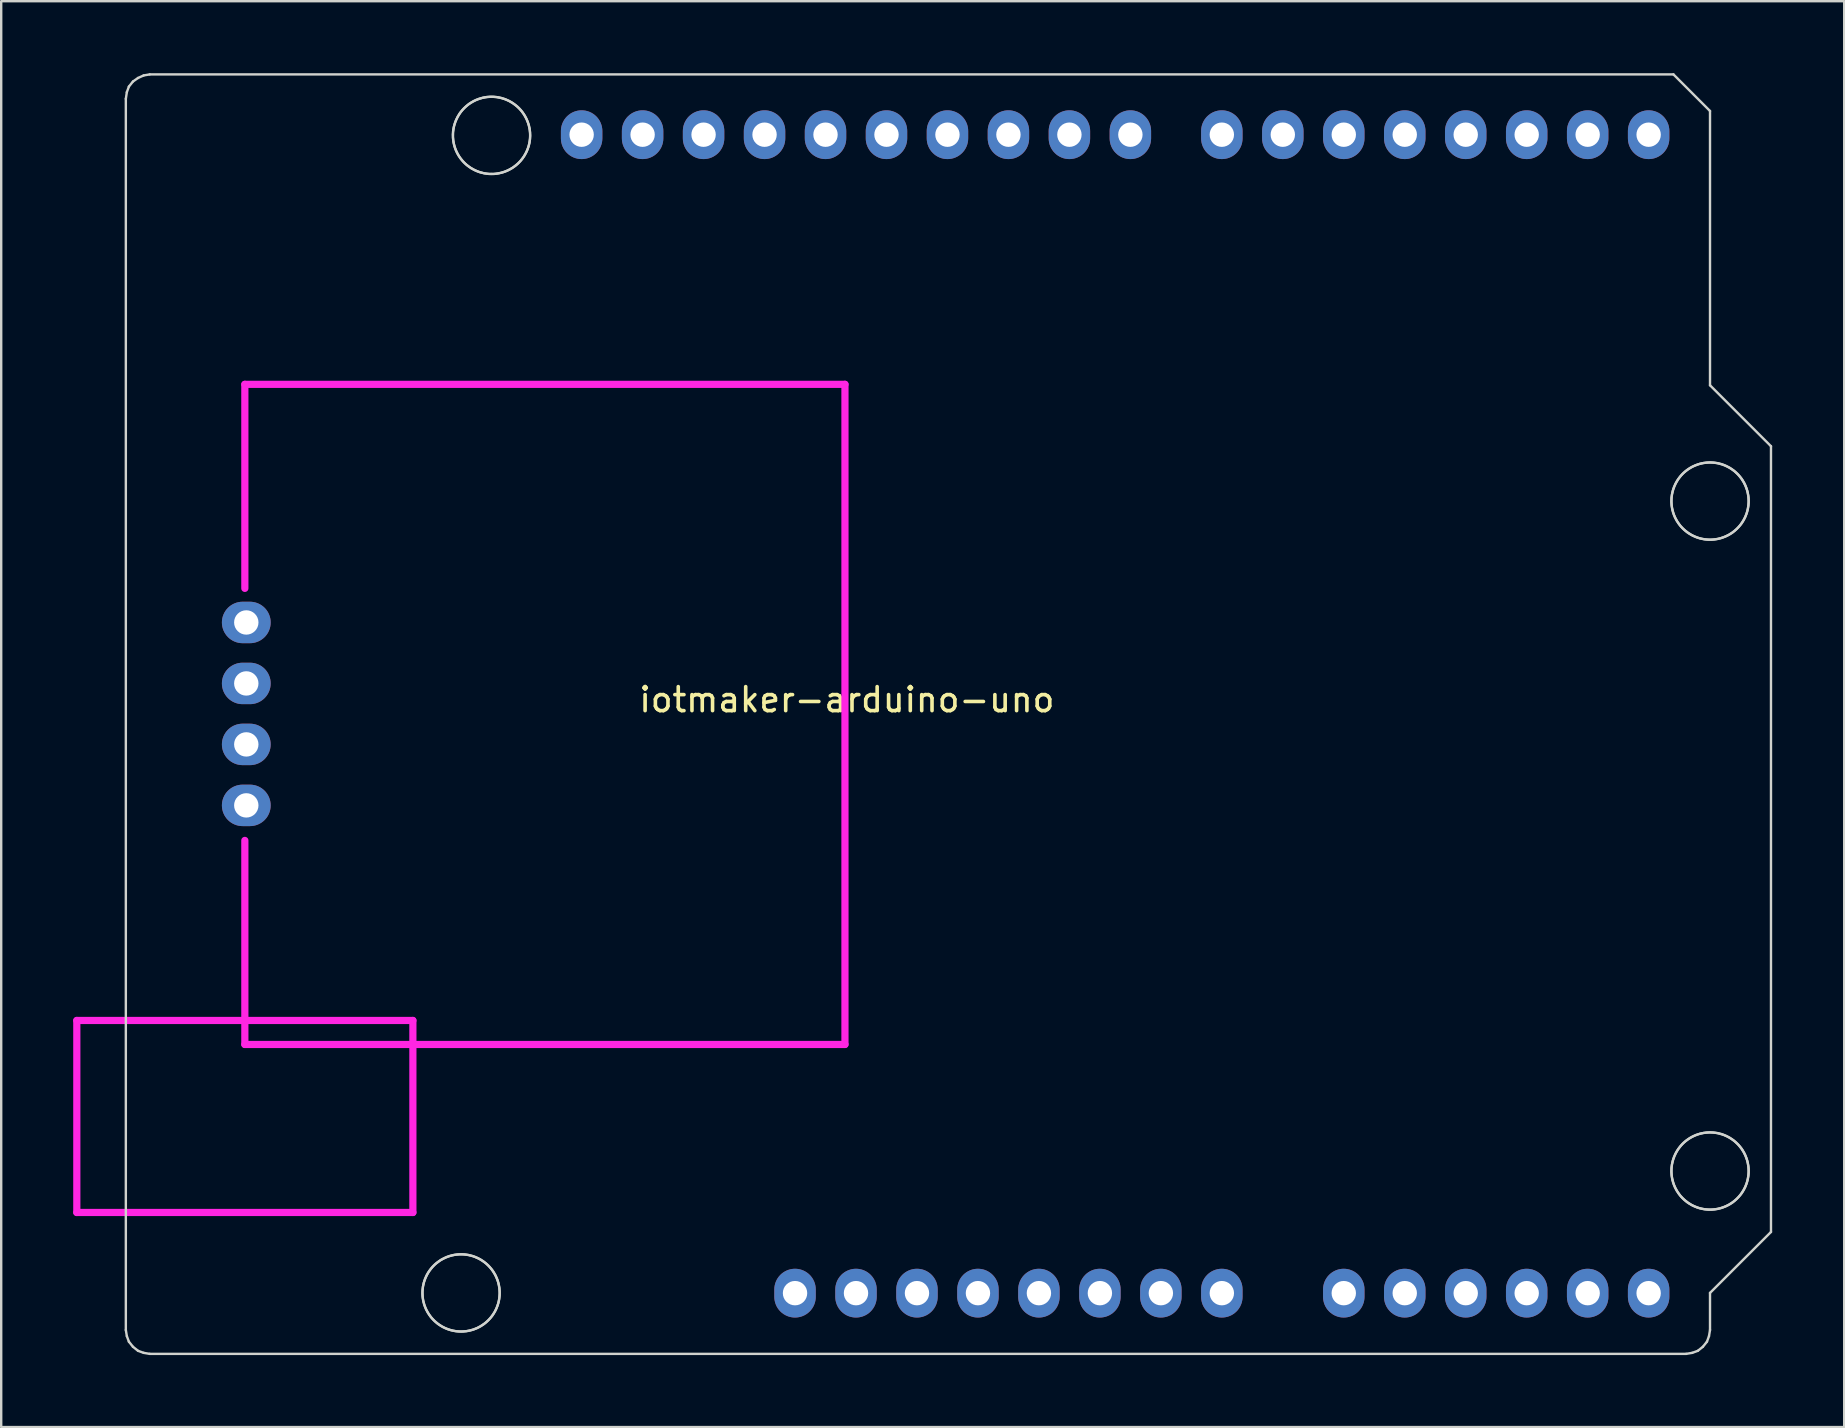
<source format=kicad_pcb>
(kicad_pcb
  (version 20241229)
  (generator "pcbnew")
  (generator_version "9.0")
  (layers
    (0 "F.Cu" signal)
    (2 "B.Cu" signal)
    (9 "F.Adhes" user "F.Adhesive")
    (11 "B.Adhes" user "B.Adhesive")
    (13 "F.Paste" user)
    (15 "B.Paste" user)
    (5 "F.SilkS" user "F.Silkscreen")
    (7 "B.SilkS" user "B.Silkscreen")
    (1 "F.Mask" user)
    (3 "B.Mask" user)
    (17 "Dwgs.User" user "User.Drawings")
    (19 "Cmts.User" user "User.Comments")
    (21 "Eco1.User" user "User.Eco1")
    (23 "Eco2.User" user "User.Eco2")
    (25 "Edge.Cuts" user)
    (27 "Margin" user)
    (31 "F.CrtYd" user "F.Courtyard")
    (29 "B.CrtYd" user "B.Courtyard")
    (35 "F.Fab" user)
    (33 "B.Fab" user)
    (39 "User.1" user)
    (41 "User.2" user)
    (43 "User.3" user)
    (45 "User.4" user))
  (footprint "iotmaker-arduino-uno"
    (layer "F.Cu")
    (at 35.15 27.961)
    (property "Reference" "iotmaker-arduino-uno" (at -2.921 -1.862 0) (layer "F.SilkS") (effects (font (size 1 1) (thickness 0.15))))
    (attr through_hole)
    (fp_line (start -32.958 -26.895) (end -32.916 -27.17) (stroke (width 0.1) (type solid)) (layer "Edge.Cuts"))
    (fp_line (start -32.958 24.395) (end -32.958 -26.895) (stroke (width 0.1) (type solid)) (layer "Edge.Cuts"))
    (fp_line (start -32.916 -27.17) (end -32.831 -27.403) (stroke (width 0.1) (type solid)) (layer "Edge.Cuts"))
    (fp_line (start -32.916 24.649) (end -32.958 24.395) (stroke (width 0.1) (type solid)) (layer "Edge.Cuts"))
    (fp_line (start -32.831 -27.403) (end -32.662 -27.614) (stroke (width 0.1) (type solid)) (layer "Edge.Cuts"))
    (fp_line (start -32.831 24.881) (end -32.916 24.649) (stroke (width 0.1) (type solid)) (layer "Edge.Cuts"))
    (fp_line (start -32.662 -27.614) (end -32.45 -27.763) (stroke (width 0.1) (type solid)) (layer "Edge.Cuts"))
    (fp_line (start -32.662 25.093) (end -32.831 24.881) (stroke (width 0.1) (type solid)) (layer "Edge.Cuts"))
    (fp_line (start -32.45 -27.763) (end -32.217 -27.868) (stroke (width 0.1) (type solid)) (layer "Edge.Cuts"))
    (fp_line (start -32.45 25.262) (end -32.662 25.093) (stroke (width 0.1) (type solid)) (layer "Edge.Cuts"))
    (fp_line (start -32.217 -27.868) (end -31.964 -27.911) (stroke (width 0.1) (type solid)) (layer "Edge.Cuts"))
    (fp_line (start -32.217 25.347) (end -32.45 25.262) (stroke (width 0.1) (type solid)) (layer "Edge.Cuts"))
    (fp_line (start -31.964 -27.911) (end 31.514 -27.911) (stroke (width 0.1) (type solid)) (layer "Edge.Cuts"))
    (fp_line (start -31.964 25.389) (end -32.217 25.347) (stroke (width 0.1) (type solid)) (layer "Edge.Cuts"))
    (fp_line (start -20.601 22.869) (end -20.599 22.924) (stroke (width 0.1) (type solid)) (layer "Edge.Cuts"))
    (fp_line (start -20.601 22.813) (end -20.601 22.869) (stroke (width 0.1) (type solid)) (layer "Edge.Cuts"))
    (fp_line (start -20.599 22.924) (end -20.596 22.98) (stroke (width 0.1) (type solid)) (layer "Edge.Cuts"))
    (fp_line (start -20.598 22.757) (end -20.601 22.813) (stroke (width 0.1) (type solid)) (layer "Edge.Cuts"))
    (fp_line (start -20.596 22.98) (end -20.59 23.036) (stroke (width 0.1) (type solid)) (layer "Edge.Cuts"))
    (fp_line (start -20.594 22.702) (end -20.598 22.757) (stroke (width 0.1) (type solid)) (layer "Edge.Cuts"))
    (fp_line (start -20.59 23.036) (end -20.583 23.091) (stroke (width 0.1) (type solid)) (layer "Edge.Cuts"))
    (fp_line (start -20.588 22.646) (end -20.594 22.702) (stroke (width 0.1) (type solid)) (layer "Edge.Cuts"))
    (fp_line (start -20.583 23.091) (end -20.574 23.146) (stroke (width 0.1) (type solid)) (layer "Edge.Cuts"))
    (fp_line (start -20.58 22.591) (end -20.588 22.646) (stroke (width 0.1) (type solid)) (layer "Edge.Cuts"))
    (fp_line (start -20.574 23.146) (end -20.563 23.2) (stroke (width 0.1) (type solid)) (layer "Edge.Cuts"))
    (fp_line (start -20.57 22.536) (end -20.58 22.591) (stroke (width 0.1) (type solid)) (layer "Edge.Cuts"))
    (fp_line (start -20.563 23.2) (end -20.549 23.254) (stroke (width 0.1) (type solid)) (layer "Edge.Cuts"))
    (fp_line (start -20.558 22.482) (end -20.57 22.536) (stroke (width 0.1) (type solid)) (layer "Edge.Cuts"))
    (fp_line (start -20.549 23.254) (end -20.535 23.308) (stroke (width 0.1) (type solid)) (layer "Edge.Cuts"))
    (fp_line (start -20.545 22.428) (end -20.558 22.482) (stroke (width 0.1) (type solid)) (layer "Edge.Cuts"))
    (fp_line (start -20.535 23.308) (end -20.518 23.361) (stroke (width 0.1) (type solid)) (layer "Edge.Cuts"))
    (fp_line (start -20.529 22.375) (end -20.545 22.428) (stroke (width 0.1) (type solid)) (layer "Edge.Cuts"))
    (fp_line (start -20.518 23.361) (end -20.499 23.414) (stroke (width 0.1) (type solid)) (layer "Edge.Cuts"))
    (fp_line (start -20.512 22.322) (end -20.529 22.375) (stroke (width 0.1) (type solid)) (layer "Edge.Cuts"))
    (fp_line (start -20.499 23.414) (end -20.479 23.466) (stroke (width 0.1) (type solid)) (layer "Edge.Cuts"))
    (fp_line (start -20.493 22.269) (end -20.512 22.322) (stroke (width 0.1) (type solid)) (layer "Edge.Cuts"))
    (fp_line (start -20.479 23.466) (end -20.456 23.517) (stroke (width 0.1) (type solid)) (layer "Edge.Cuts"))
    (fp_line (start -20.471 22.218) (end -20.493 22.269) (stroke (width 0.1) (type solid)) (layer "Edge.Cuts"))
    (fp_line (start -20.456 23.517) (end -20.433 23.567) (stroke (width 0.1) (type solid)) (layer "Edge.Cuts"))
    (fp_line (start -20.449 22.167) (end -20.471 22.218) (stroke (width 0.1) (type solid)) (layer "Edge.Cuts"))
    (fp_line (start -20.433 23.567) (end -20.407 23.616) (stroke (width 0.1) (type solid)) (layer "Edge.Cuts"))
    (fp_line (start -20.424 22.117) (end -20.449 22.167) (stroke (width 0.1) (type solid)) (layer "Edge.Cuts"))
    (fp_line (start -20.407 23.616) (end -20.379 23.665) (stroke (width 0.1) (type solid)) (layer "Edge.Cuts"))
    (fp_line (start -20.398 22.068) (end -20.424 22.117) (stroke (width 0.1) (type solid)) (layer "Edge.Cuts"))
    (fp_line (start -20.379 23.665) (end -20.35 23.712) (stroke (width 0.1) (type solid)) (layer "Edge.Cuts"))
    (fp_line (start -20.37 22.019) (end -20.398 22.068) (stroke (width 0.1) (type solid)) (layer "Edge.Cuts"))
    (fp_line (start -20.35 23.712) (end -20.32 23.759) (stroke (width 0.1) (type solid)) (layer "Edge.Cuts"))
    (fp_line (start -20.34 21.972) (end -20.37 22.019) (stroke (width 0.1) (type solid)) (layer "Edge.Cuts"))
    (fp_line (start -20.32 23.759) (end -20.287 23.804) (stroke (width 0.1) (type solid)) (layer "Edge.Cuts"))
    (fp_line (start -20.309 21.926) (end -20.34 21.972) (stroke (width 0.1) (type solid)) (layer "Edge.Cuts"))
    (fp_line (start -20.287 23.804) (end -20.254 23.849) (stroke (width 0.1) (type solid)) (layer "Edge.Cuts"))
    (fp_line (start -20.276 21.881) (end -20.309 21.926) (stroke (width 0.1) (type solid)) (layer "Edge.Cuts"))
    (fp_line (start -20.254 23.849) (end -20.218 23.892) (stroke (width 0.1) (type solid)) (layer "Edge.Cuts"))
    (fp_line (start -20.242 21.837) (end -20.276 21.881) (stroke (width 0.1) (type solid)) (layer "Edge.Cuts"))
    (fp_line (start -20.218 23.892) (end -20.181 23.934) (stroke (width 0.1) (type solid)) (layer "Edge.Cuts"))
    (fp_line (start -20.206 21.795) (end -20.242 21.837) (stroke (width 0.1) (type solid)) (layer "Edge.Cuts"))
    (fp_line (start -20.181 23.934) (end -20.143 23.974) (stroke (width 0.1) (type solid)) (layer "Edge.Cuts"))
    (fp_line (start -20.169 21.753) (end -20.206 21.795) (stroke (width 0.1) (type solid)) (layer "Edge.Cuts"))
    (fp_line (start -20.143 23.974) (end -20.104 24.013) (stroke (width 0.1) (type solid)) (layer "Edge.Cuts"))
    (fp_line (start -20.13 21.713) (end -20.169 21.753) (stroke (width 0.1) (type solid)) (layer "Edge.Cuts"))
    (fp_line (start -20.104 24.013) (end -20.063 24.051) (stroke (width 0.1) (type solid)) (layer "Edge.Cuts"))
    (fp_line (start -20.09 21.674) (end -20.13 21.713) (stroke (width 0.1) (type solid)) (layer "Edge.Cuts"))
    (fp_line (start -20.063 24.051) (end -20.02 24.087) (stroke (width 0.1) (type solid)) (layer "Edge.Cuts"))
    (fp_line (start -20.049 21.637) (end -20.09 21.674) (stroke (width 0.1) (type solid)) (layer "Edge.Cuts"))
    (fp_line (start -20.02 24.087) (end -19.977 24.122) (stroke (width 0.1) (type solid)) (layer "Edge.Cuts"))
    (fp_line (start -20.006 21.601) (end -20.049 21.637) (stroke (width 0.1) (type solid)) (layer "Edge.Cuts"))
    (fp_line (start -19.977 24.122) (end -19.932 24.156) (stroke (width 0.1) (type solid)) (layer "Edge.Cuts"))
    (fp_line (start -19.962 21.567) (end -20.006 21.601) (stroke (width 0.1) (type solid)) (layer "Edge.Cuts"))
    (fp_line (start -19.932 24.156) (end -19.886 24.187) (stroke (width 0.1) (type solid)) (layer "Edge.Cuts"))
    (fp_line (start -19.917 21.534) (end -19.962 21.567) (stroke (width 0.1) (type solid)) (layer "Edge.Cuts"))
    (fp_line (start -19.886 24.187) (end -19.84 24.217) (stroke (width 0.1) (type solid)) (layer "Edge.Cuts"))
    (fp_line (start -19.871 21.503) (end -19.917 21.534) (stroke (width 0.1) (type solid)) (layer "Edge.Cuts"))
    (fp_line (start -19.84 24.217) (end -19.792 24.246) (stroke (width 0.1) (type solid)) (layer "Edge.Cuts"))
    (fp_line (start -19.824 21.473) (end -19.871 21.503) (stroke (width 0.1) (type solid)) (layer "Edge.Cuts"))
    (fp_line (start -19.792 24.246) (end -19.743 24.273) (stroke (width 0.1) (type solid)) (layer "Edge.Cuts"))
    (fp_line (start -19.776 21.445) (end -19.824 21.473) (stroke (width 0.1) (type solid)) (layer "Edge.Cuts"))
    (fp_line (start -19.743 24.273) (end -19.693 24.298) (stroke (width 0.1) (type solid)) (layer "Edge.Cuts"))
    (fp_line (start -19.726 21.419) (end -19.776 21.445) (stroke (width 0.1) (type solid)) (layer "Edge.Cuts"))
    (fp_line (start -19.693 24.298) (end -19.643 24.321) (stroke (width 0.1) (type solid)) (layer "Edge.Cuts"))
    (fp_line (start -19.676 21.395) (end -19.726 21.419) (stroke (width 0.1) (type solid)) (layer "Edge.Cuts"))
    (fp_line (start -19.643 24.321) (end -19.591 24.343) (stroke (width 0.1) (type solid)) (layer "Edge.Cuts"))
    (fp_line (start -19.626 21.372) (end -19.676 21.395) (stroke (width 0.1) (type solid)) (layer "Edge.Cuts"))
    (fp_line (start -19.591 24.343) (end -19.539 24.363) (stroke (width 0.1) (type solid)) (layer "Edge.Cuts"))
    (fp_line (start -19.574 21.351) (end -19.626 21.372) (stroke (width 0.1) (type solid)) (layer "Edge.Cuts"))
    (fp_line (start -19.539 24.363) (end -19.486 24.381) (stroke (width 0.1) (type solid)) (layer "Edge.Cuts"))
    (fp_line (start -19.522 21.331) (end -19.574 21.351) (stroke (width 0.1) (type solid)) (layer "Edge.Cuts"))
    (fp_line (start -19.486 24.381) (end -19.433 24.397) (stroke (width 0.1) (type solid)) (layer "Edge.Cuts"))
    (fp_line (start -19.469 21.314) (end -19.522 21.331) (stroke (width 0.1) (type solid)) (layer "Edge.Cuts"))
    (fp_line (start -19.433 24.397) (end -19.379 24.411) (stroke (width 0.1) (type solid)) (layer "Edge.Cuts"))
    (fp_line (start -19.415 21.299) (end -19.469 21.314) (stroke (width 0.1) (type solid)) (layer "Edge.Cuts"))
    (fp_line (start -19.379 24.411) (end -19.325 24.424) (stroke (width 0.1) (type solid)) (layer "Edge.Cuts"))
    (fp_line (start -19.361 21.285) (end -19.415 21.299) (stroke (width 0.1) (type solid)) (layer "Edge.Cuts"))
    (fp_line (start -19.331 -25.353) (end -19.33 -25.297) (stroke (width 0.1) (type solid)) (layer "Edge.Cuts"))
    (fp_line (start -19.331 -25.409) (end -19.331 -25.353) (stroke (width 0.1) (type solid)) (layer "Edge.Cuts"))
    (fp_line (start -19.33 -25.297) (end -19.326 -25.242) (stroke (width 0.1) (type solid)) (layer "Edge.Cuts"))
    (fp_line (start -19.329 -25.464) (end -19.331 -25.409) (stroke (width 0.1) (type solid)) (layer "Edge.Cuts"))
    (fp_line (start -19.326 -25.242) (end -19.321 -25.186) (stroke (width 0.1) (type solid)) (layer "Edge.Cuts"))
    (fp_line (start -19.325 24.424) (end -19.27 24.434) (stroke (width 0.1) (type solid)) (layer "Edge.Cuts"))
    (fp_line (start -19.325 -25.52) (end -19.329 -25.464) (stroke (width 0.1) (type solid)) (layer "Edge.Cuts"))
    (fp_line (start -19.321 -25.186) (end -19.313 -25.131) (stroke (width 0.1) (type solid)) (layer "Edge.Cuts"))
    (fp_line (start -19.319 -25.575) (end -19.325 -25.52) (stroke (width 0.1) (type solid)) (layer "Edge.Cuts"))
    (fp_line (start -19.313 -25.131) (end -19.304 -25.076) (stroke (width 0.1) (type solid)) (layer "Edge.Cuts"))
    (fp_line (start -19.311 -25.63) (end -19.319 -25.575) (stroke (width 0.1) (type solid)) (layer "Edge.Cuts"))
    (fp_line (start -19.307 21.273) (end -19.361 21.285) (stroke (width 0.1) (type solid)) (layer "Edge.Cuts"))
    (fp_line (start -19.304 -25.076) (end -19.293 -25.022) (stroke (width 0.1) (type solid)) (layer "Edge.Cuts"))
    (fp_line (start -19.301 -25.685) (end -19.311 -25.63) (stroke (width 0.1) (type solid)) (layer "Edge.Cuts"))
    (fp_line (start -19.293 -25.022) (end -19.28 -24.967) (stroke (width 0.1) (type solid)) (layer "Edge.Cuts"))
    (fp_line (start -19.289 -25.74) (end -19.301 -25.685) (stroke (width 0.1) (type solid)) (layer "Edge.Cuts"))
    (fp_line (start -19.28 -24.967) (end -19.265 -24.914) (stroke (width 0.1) (type solid)) (layer "Edge.Cuts"))
    (fp_line (start -19.275 -25.794) (end -19.289 -25.74) (stroke (width 0.1) (type solid)) (layer "Edge.Cuts"))
    (fp_line (start -19.27 24.434) (end -19.215 24.443) (stroke (width 0.1) (type solid)) (layer "Edge.Cuts"))
    (fp_line (start -19.265 -24.914) (end -19.248 -24.861) (stroke (width 0.1) (type solid)) (layer "Edge.Cuts"))
    (fp_line (start -19.26 -25.847) (end -19.275 -25.794) (stroke (width 0.1) (type solid)) (layer "Edge.Cuts"))
    (fp_line (start -19.252 21.263) (end -19.307 21.273) (stroke (width 0.1) (type solid)) (layer "Edge.Cuts"))
    (fp_line (start -19.248 -24.861) (end -19.23 -24.808) (stroke (width 0.1) (type solid)) (layer "Edge.Cuts"))
    (fp_line (start -19.242 -25.9) (end -19.26 -25.847) (stroke (width 0.1) (type solid)) (layer "Edge.Cuts"))
    (fp_line (start -19.23 -24.808) (end -19.209 -24.756) (stroke (width 0.1) (type solid)) (layer "Edge.Cuts"))
    (fp_line (start -19.223 -25.953) (end -19.242 -25.9) (stroke (width 0.1) (type solid)) (layer "Edge.Cuts"))
    (fp_line (start -19.215 24.443) (end -19.16 24.45) (stroke (width 0.1) (type solid)) (layer "Edge.Cuts"))
    (fp_line (start -19.209 -24.756) (end -19.187 -24.705) (stroke (width 0.1) (type solid)) (layer "Edge.Cuts"))
    (fp_line (start -19.202 -26.004) (end -19.223 -25.953) (stroke (width 0.1) (type solid)) (layer "Edge.Cuts"))
    (fp_line (start -19.197 21.255) (end -19.252 21.263) (stroke (width 0.1) (type solid)) (layer "Edge.Cuts"))
    (fp_line (start -19.187 -24.705) (end -19.163 -24.655) (stroke (width 0.1) (type solid)) (layer "Edge.Cuts"))
    (fp_line (start -19.179 -26.055) (end -19.202 -26.004) (stroke (width 0.1) (type solid)) (layer "Edge.Cuts"))
    (fp_line (start -19.163 -24.655) (end -19.137 -24.605) (stroke (width 0.1) (type solid)) (layer "Edge.Cuts"))
    (fp_line (start -19.16 24.45) (end -19.104 24.454) (stroke (width 0.1) (type solid)) (layer "Edge.Cuts"))
    (fp_line (start -19.155 -26.105) (end -19.179 -26.055) (stroke (width 0.1) (type solid)) (layer "Edge.Cuts"))
    (fp_line (start -19.141 21.249) (end -19.197 21.255) (stroke (width 0.1) (type solid)) (layer "Edge.Cuts"))
    (fp_line (start -19.137 -24.605) (end -19.11 -24.557) (stroke (width 0.1) (type solid)) (layer "Edge.Cuts"))
    (fp_line (start -19.128 -26.154) (end -19.155 -26.105) (stroke (width 0.1) (type solid)) (layer "Edge.Cuts"))
    (fp_line (start -19.11 -24.557) (end -19.081 -24.509) (stroke (width 0.1) (type solid)) (layer "Edge.Cuts"))
    (fp_line (start -19.104 24.454) (end -19.049 24.457) (stroke (width 0.1) (type solid)) (layer "Edge.Cuts"))
    (fp_line (start -19.1 -26.202) (end -19.128 -26.154) (stroke (width 0.1) (type solid)) (layer "Edge.Cuts"))
    (fp_line (start -19.086 21.245) (end -19.141 21.249) (stroke (width 0.1) (type solid)) (layer "Edge.Cuts"))
    (fp_line (start -19.081 -24.509) (end -19.05 -24.463) (stroke (width 0.1) (type solid)) (layer "Edge.Cuts"))
    (fp_line (start -19.071 -26.25) (end -19.1 -26.202) (stroke (width 0.1) (type solid)) (layer "Edge.Cuts"))
    (fp_line (start -19.05 -24.463) (end -19.018 -24.417) (stroke (width 0.1) (type solid)) (layer "Edge.Cuts"))
    (fp_line (start -19.049 24.457) (end -18.993 24.458) (stroke (width 0.1) (type solid)) (layer "Edge.Cuts"))
    (fp_line (start -19.04 -26.296) (end -19.071 -26.25) (stroke (width 0.1) (type solid)) (layer "Edge.Cuts"))
    (fp_line (start -19.03 21.243) (end -19.086 21.245) (stroke (width 0.1) (type solid)) (layer "Edge.Cuts"))
    (fp_line (start -19.018 -24.417) (end -18.984 -24.373) (stroke (width 0.1) (type solid)) (layer "Edge.Cuts"))
    (fp_line (start -19.007 -26.341) (end -19.04 -26.296) (stroke (width 0.1) (type solid)) (layer "Edge.Cuts"))
    (fp_line (start -18.993 24.458) (end -18.937 24.457) (stroke (width 0.1) (type solid)) (layer "Edge.Cuts"))
    (fp_line (start -18.984 -24.373) (end -18.949 -24.33) (stroke (width 0.1) (type solid)) (layer "Edge.Cuts"))
    (fp_line (start -18.974 21.242) (end -19.03 21.243) (stroke (width 0.1) (type solid)) (layer "Edge.Cuts"))
    (fp_line (start -18.972 -26.385) (end -19.007 -26.341) (stroke (width 0.1) (type solid)) (layer "Edge.Cuts"))
    (fp_line (start -18.949 -24.33) (end -18.912 -24.288) (stroke (width 0.1) (type solid)) (layer "Edge.Cuts"))
    (fp_line (start -18.937 24.457) (end -18.881 24.454) (stroke (width 0.1) (type solid)) (layer "Edge.Cuts"))
    (fp_line (start -18.937 -26.427) (end -18.972 -26.385) (stroke (width 0.1) (type solid)) (layer "Edge.Cuts"))
    (fp_line (start -18.919 21.244) (end -18.974 21.242) (stroke (width 0.1) (type solid)) (layer "Edge.Cuts"))
    (fp_line (start -18.912 -24.288) (end -18.874 -24.248) (stroke (width 0.1) (type solid)) (layer "Edge.Cuts"))
    (fp_line (start -18.899 -26.469) (end -18.937 -26.427) (stroke (width 0.1) (type solid)) (layer "Edge.Cuts"))
    (fp_line (start -18.881 24.454) (end -18.825 24.449) (stroke (width 0.1) (type solid)) (layer "Edge.Cuts"))
    (fp_line (start -18.874 -24.248) (end -18.834 -24.209) (stroke (width 0.1) (type solid)) (layer "Edge.Cuts"))
    (fp_line (start -18.863 21.247) (end -18.919 21.244) (stroke (width 0.1) (type solid)) (layer "Edge.Cuts"))
    (fp_line (start -18.861 -26.509) (end -18.899 -26.469) (stroke (width 0.1) (type solid)) (layer "Edge.Cuts"))
    (fp_line (start -18.834 -24.209) (end -18.793 -24.171) (stroke (width 0.1) (type solid)) (layer "Edge.Cuts"))
    (fp_line (start -18.825 24.449) (end -18.769 24.443) (stroke (width 0.1) (type solid)) (layer "Edge.Cuts"))
    (fp_line (start -18.82 -26.547) (end -18.861 -26.509) (stroke (width 0.1) (type solid)) (layer "Edge.Cuts"))
    (fp_line (start -18.808 21.253) (end -18.863 21.247) (stroke (width 0.1) (type solid)) (layer "Edge.Cuts"))
    (fp_line (start -18.793 -24.171) (end -18.751 -24.134) (stroke (width 0.1) (type solid)) (layer "Edge.Cuts"))
    (fp_line (start -18.779 -26.585) (end -18.82 -26.547) (stroke (width 0.1) (type solid)) (layer "Edge.Cuts"))
    (fp_line (start -18.769 24.443) (end -18.714 24.434) (stroke (width 0.1) (type solid)) (layer "Edge.Cuts"))
    (fp_line (start -18.752 21.26) (end -18.808 21.253) (stroke (width 0.1) (type solid)) (layer "Edge.Cuts"))
    (fp_line (start -18.751 -24.134) (end -18.707 -24.1) (stroke (width 0.1) (type solid)) (layer "Edge.Cuts"))
    (fp_line (start -18.736 -26.621) (end -18.779 -26.585) (stroke (width 0.1) (type solid)) (layer "Edge.Cuts"))
    (fp_line (start -18.714 24.434) (end -18.659 24.423) (stroke (width 0.1) (type solid)) (layer "Edge.Cuts"))
    (fp_line (start -18.707 -24.1) (end -18.663 -24.066) (stroke (width 0.1) (type solid)) (layer "Edge.Cuts"))
    (fp_line (start -18.698 21.269) (end -18.752 21.26) (stroke (width 0.1) (type solid)) (layer "Edge.Cuts"))
    (fp_line (start -18.693 -26.655) (end -18.736 -26.621) (stroke (width 0.1) (type solid)) (layer "Edge.Cuts"))
    (fp_line (start -18.663 -24.066) (end -18.617 -24.035) (stroke (width 0.1) (type solid)) (layer "Edge.Cuts"))
    (fp_line (start -18.659 24.423) (end -18.604 24.411) (stroke (width 0.1) (type solid)) (layer "Edge.Cuts"))
    (fp_line (start -18.648 -26.688) (end -18.693 -26.655) (stroke (width 0.1) (type solid)) (layer "Edge.Cuts"))
    (fp_line (start -18.643 21.281) (end -18.698 21.269) (stroke (width 0.1) (type solid)) (layer "Edge.Cuts"))
    (fp_line (start -18.617 -24.035) (end -18.57 -24.004) (stroke (width 0.1) (type solid)) (layer "Edge.Cuts"))
    (fp_line (start -18.604 24.411) (end -18.55 24.396) (stroke (width 0.1) (type solid)) (layer "Edge.Cuts"))
    (fp_line (start -18.601 -26.719) (end -18.648 -26.688) (stroke (width 0.1) (type solid)) (layer "Edge.Cuts"))
    (fp_line (start -18.589 21.294) (end -18.643 21.281) (stroke (width 0.1) (type solid)) (layer "Edge.Cuts"))
    (fp_line (start -18.57 -24.004) (end -18.522 -23.976) (stroke (width 0.1) (type solid)) (layer "Edge.Cuts"))
    (fp_line (start -18.554 -26.749) (end -18.601 -26.719) (stroke (width 0.1) (type solid)) (layer "Edge.Cuts"))
    (fp_line (start -18.55 24.396) (end -18.496 24.38) (stroke (width 0.1) (type solid)) (layer "Edge.Cuts"))
    (fp_line (start -18.535 21.309) (end -18.589 21.294) (stroke (width 0.1) (type solid)) (layer "Edge.Cuts"))
    (fp_line (start -18.522 -23.976) (end -18.473 -23.949) (stroke (width 0.1) (type solid)) (layer "Edge.Cuts"))
    (fp_line (start -18.506 -26.776) (end -18.554 -26.749) (stroke (width 0.1) (type solid)) (layer "Edge.Cuts"))
    (fp_line (start -18.496 24.38) (end -18.443 24.361) (stroke (width 0.1) (type solid)) (layer "Edge.Cuts"))
    (fp_line (start -18.482 21.325) (end -18.535 21.309) (stroke (width 0.1) (type solid)) (layer "Edge.Cuts"))
    (fp_line (start -18.473 -23.949) (end -18.424 -23.924) (stroke (width 0.1) (type solid)) (layer "Edge.Cuts"))
    (fp_line (start -18.457 -26.803) (end -18.506 -26.776) (stroke (width 0.1) (type solid)) (layer "Edge.Cuts"))
    (fp_line (start -18.443 24.361) (end -18.391 24.341) (stroke (width 0.1) (type solid)) (layer "Edge.Cuts"))
    (fp_line (start -18.429 21.344) (end -18.482 21.325) (stroke (width 0.1) (type solid)) (layer "Edge.Cuts"))
    (fp_line (start -18.424 -23.924) (end -18.373 -23.901) (stroke (width 0.1) (type solid)) (layer "Edge.Cuts"))
    (fp_line (start -18.407 -26.827) (end -18.457 -26.803) (stroke (width 0.1) (type solid)) (layer "Edge.Cuts"))
    (fp_line (start -18.391 24.341) (end -18.339 24.319) (stroke (width 0.1) (type solid)) (layer "Edge.Cuts"))
    (fp_line (start -18.378 21.365) (end -18.429 21.344) (stroke (width 0.1) (type solid)) (layer "Edge.Cuts"))
    (fp_line (start -18.373 -23.901) (end -18.322 -23.879) (stroke (width 0.1) (type solid)) (layer "Edge.Cuts"))
    (fp_line (start -18.356 -26.85) (end -18.407 -26.827) (stroke (width 0.1) (type solid)) (layer "Edge.Cuts"))
    (fp_line (start -18.339 24.319) (end -18.288 24.296) (stroke (width 0.1) (type solid)) (layer "Edge.Cuts"))
    (fp_line (start -18.327 21.387) (end -18.378 21.365) (stroke (width 0.1) (type solid)) (layer "Edge.Cuts"))
    (fp_line (start -18.322 -23.879) (end -18.27 -23.859) (stroke (width 0.1) (type solid)) (layer "Edge.Cuts"))
    (fp_line (start -18.304 -26.871) (end -18.356 -26.85) (stroke (width 0.1) (type solid)) (layer "Edge.Cuts"))
    (fp_line (start -18.288 24.296) (end -18.238 24.27) (stroke (width 0.1) (type solid)) (layer "Edge.Cuts"))
    (fp_line (start -18.276 21.411) (end -18.327 21.387) (stroke (width 0.1) (type solid)) (layer "Edge.Cuts"))
    (fp_line (start -18.27 -23.859) (end -18.217 -23.841) (stroke (width 0.1) (type solid)) (layer "Edge.Cuts"))
    (fp_line (start -18.252 -26.89) (end -18.304 -26.871) (stroke (width 0.1) (type solid)) (layer "Edge.Cuts"))
    (fp_line (start -18.238 24.27) (end -18.189 24.243) (stroke (width 0.1) (type solid)) (layer "Edge.Cuts"))
    (fp_line (start -18.227 21.436) (end -18.276 21.411) (stroke (width 0.1) (type solid)) (layer "Edge.Cuts"))
    (fp_line (start -18.217 -23.841) (end -18.164 -23.825) (stroke (width 0.1) (type solid)) (layer "Edge.Cuts"))
    (fp_line (start -18.199 -26.908) (end -18.252 -26.89) (stroke (width 0.1) (type solid)) (layer "Edge.Cuts"))
    (fp_line (start -18.189 24.243) (end -18.141 24.214) (stroke (width 0.1) (type solid)) (layer "Edge.Cuts"))
    (fp_line (start -18.178 21.464) (end -18.227 21.436) (stroke (width 0.1) (type solid)) (layer "Edge.Cuts"))
    (fp_line (start -18.164 -23.825) (end -18.11 -23.811) (stroke (width 0.1) (type solid)) (layer "Edge.Cuts"))
    (fp_line (start -18.146 -26.923) (end -18.199 -26.908) (stroke (width 0.1) (type solid)) (layer "Edge.Cuts"))
    (fp_line (start -18.141 24.214) (end -18.094 24.183) (stroke (width 0.1) (type solid)) (layer "Edge.Cuts"))
    (fp_line (start -18.131 21.493) (end -18.178 21.464) (stroke (width 0.1) (type solid)) (layer "Edge.Cuts"))
    (fp_line (start -18.11 -23.811) (end -18.055 -23.798) (stroke (width 0.1) (type solid)) (layer "Edge.Cuts"))
    (fp_line (start -18.094 24.183) (end -18.048 24.151) (stroke (width 0.1) (type solid)) (layer "Edge.Cuts"))
    (fp_line (start -18.092 -26.937) (end -18.146 -26.923) (stroke (width 0.1) (type solid)) (layer "Edge.Cuts"))
    (fp_line (start -18.084 21.524) (end -18.131 21.493) (stroke (width 0.1) (type solid)) (layer "Edge.Cuts"))
    (fp_line (start -18.055 -23.798) (end -18.001 -23.788) (stroke (width 0.1) (type solid)) (layer "Edge.Cuts"))
    (fp_line (start -18.048 24.151) (end -18.003 24.117) (stroke (width 0.1) (type solid)) (layer "Edge.Cuts"))
    (fp_line (start -18.039 21.556) (end -18.084 21.524) (stroke (width 0.1) (type solid)) (layer "Edge.Cuts"))
    (fp_line (start -18.037 -26.949) (end -18.092 -26.937) (stroke (width 0.1) (type solid)) (layer "Edge.Cuts"))
    (fp_line (start -18.003 24.117) (end -17.959 24.082) (stroke (width 0.1) (type solid)) (layer "Edge.Cuts"))
    (fp_line (start -18.001 -23.788) (end -17.946 -23.779) (stroke (width 0.1) (type solid)) (layer "Edge.Cuts"))
    (fp_line (start -17.995 21.59) (end -18.039 21.556) (stroke (width 0.1) (type solid)) (layer "Edge.Cuts"))
    (fp_line (start -17.982 -26.959) (end -18.037 -26.949) (stroke (width 0.1) (type solid)) (layer "Edge.Cuts"))
    (fp_line (start -17.959 24.082) (end -17.917 24.045) (stroke (width 0.1) (type solid)) (layer "Edge.Cuts"))
    (fp_line (start -17.951 21.625) (end -17.995 21.59) (stroke (width 0.1) (type solid)) (layer "Edge.Cuts"))
    (fp_line (start -17.946 -23.779) (end -17.89 -23.772) (stroke (width 0.1) (type solid)) (layer "Edge.Cuts"))
    (fp_line (start -17.927 -26.967) (end -17.982 -26.959) (stroke (width 0.1) (type solid)) (layer "Edge.Cuts"))
    (fp_line (start -17.917 24.045) (end -17.876 24.007) (stroke (width 0.1) (type solid)) (layer "Edge.Cuts"))
    (fp_line (start -17.91 21.662) (end -17.951 21.625) (stroke (width 0.1) (type solid)) (layer "Edge.Cuts"))
    (fp_line (start -17.89 -23.772) (end -17.835 -23.767) (stroke (width 0.1) (type solid)) (layer "Edge.Cuts"))
    (fp_line (start -17.876 24.007) (end -17.836 23.967) (stroke (width 0.1) (type solid)) (layer "Edge.Cuts"))
    (fp_line (start -17.872 -26.973) (end -17.927 -26.967) (stroke (width 0.1) (type solid)) (layer "Edge.Cuts"))
    (fp_line (start -17.869 21.7) (end -17.91 21.662) (stroke (width 0.1) (type solid)) (layer "Edge.Cuts"))
    (fp_line (start -17.836 23.967) (end -17.798 23.926) (stroke (width 0.1) (type solid)) (layer "Edge.Cuts"))
    (fp_line (start -17.835 -23.767) (end -17.779 -23.764) (stroke (width 0.1) (type solid)) (layer "Edge.Cuts"))
    (fp_line (start -17.83 21.74) (end -17.869 21.7) (stroke (width 0.1) (type solid)) (layer "Edge.Cuts"))
    (fp_line (start -17.816 -26.977) (end -17.872 -26.973) (stroke (width 0.1) (type solid)) (layer "Edge.Cuts"))
    (fp_line (start -17.798 23.926) (end -17.761 23.884) (stroke (width 0.1) (type solid)) (layer "Edge.Cuts"))
    (fp_line (start -17.792 21.781) (end -17.83 21.74) (stroke (width 0.1) (type solid)) (layer "Edge.Cuts"))
    (fp_line (start -17.779 -23.764) (end -17.723 -23.764) (stroke (width 0.1) (type solid)) (layer "Edge.Cuts"))
    (fp_line (start -17.761 23.884) (end -17.726 23.84) (stroke (width 0.1) (type solid)) (layer "Edge.Cuts"))
    (fp_line (start -17.761 -26.979) (end -17.816 -26.977) (stroke (width 0.1) (type solid)) (layer "Edge.Cuts"))
    (fp_line (start -17.756 21.823) (end -17.792 21.781) (stroke (width 0.1) (type solid)) (layer "Edge.Cuts"))
    (fp_line (start -17.726 23.84) (end -17.692 23.795) (stroke (width 0.1) (type solid)) (layer "Edge.Cuts"))
    (fp_line (start -17.723 -23.764) (end -17.667 -23.764) (stroke (width 0.1) (type solid)) (layer "Edge.Cuts"))
    (fp_line (start -17.721 21.866) (end -17.756 21.823) (stroke (width 0.1) (type solid)) (layer "Edge.Cuts"))
    (fp_line (start -17.705 -26.98) (end -17.761 -26.979) (stroke (width 0.1) (type solid)) (layer "Edge.Cuts"))
    (fp_line (start -17.692 23.795) (end -17.66 23.749) (stroke (width 0.1) (type solid)) (layer "Edge.Cuts"))
    (fp_line (start -17.688 21.911) (end -17.721 21.866) (stroke (width 0.1) (type solid)) (layer "Edge.Cuts"))
    (fp_line (start -17.667 -23.764) (end -17.611 -23.767) (stroke (width 0.1) (type solid)) (layer "Edge.Cuts"))
    (fp_line (start -17.66 23.749) (end -17.629 23.702) (stroke (width 0.1) (type solid)) (layer "Edge.Cuts"))
    (fp_line (start -17.656 21.957) (end -17.688 21.911) (stroke (width 0.1) (type solid)) (layer "Edge.Cuts"))
    (fp_line (start -17.649 -26.978) (end -17.705 -26.98) (stroke (width 0.1) (type solid)) (layer "Edge.Cuts"))
    (fp_line (start -17.629 23.702) (end -17.6 23.654) (stroke (width 0.1) (type solid)) (layer "Edge.Cuts"))
    (fp_line (start -17.626 22.004) (end -17.656 21.957) (stroke (width 0.1) (type solid)) (layer "Edge.Cuts"))
    (fp_line (start -17.611 -23.767) (end -17.555 -23.772) (stroke (width 0.1) (type solid)) (layer "Edge.Cuts"))
    (fp_line (start -17.6 23.654) (end -17.573 23.605) (stroke (width 0.1) (type solid)) (layer "Edge.Cuts"))
    (fp_line (start -17.597 22.052) (end -17.626 22.004) (stroke (width 0.1) (type solid)) (layer "Edge.Cuts"))
    (fp_line (start -17.594 -26.974) (end -17.649 -26.978) (stroke (width 0.1) (type solid)) (layer "Edge.Cuts"))
    (fp_line (start -17.573 23.605) (end -17.548 23.555) (stroke (width 0.1) (type solid)) (layer "Edge.Cuts"))
    (fp_line (start -17.57 22.1) (end -17.597 22.052) (stroke (width 0.1) (type solid)) (layer "Edge.Cuts"))
    (fp_line (start -17.555 -23.772) (end -17.5 -23.779) (stroke (width 0.1) (type solid)) (layer "Edge.Cuts"))
    (fp_line (start -17.548 23.555) (end -17.524 23.504) (stroke (width 0.1) (type solid)) (layer "Edge.Cuts"))
    (fp_line (start -17.545 22.15) (end -17.57 22.1) (stroke (width 0.1) (type solid)) (layer "Edge.Cuts"))
    (fp_line (start -17.538 -26.969) (end -17.594 -26.974) (stroke (width 0.1) (type solid)) (layer "Edge.Cuts"))
    (fp_line (start -17.524 23.504) (end -17.502 23.453) (stroke (width 0.1) (type solid)) (layer "Edge.Cuts"))
    (fp_line (start -17.522 22.201) (end -17.545 22.15) (stroke (width 0.1) (type solid)) (layer "Edge.Cuts"))
    (fp_line (start -17.502 23.453) (end -17.482 23.4) (stroke (width 0.1) (type solid)) (layer "Edge.Cuts"))
    (fp_line (start -17.5 22.252) (end -17.522 22.201) (stroke (width 0.1) (type solid)) (layer "Edge.Cuts"))
    (fp_line (start -17.5 -23.779) (end -17.444 -23.788) (stroke (width 0.1) (type solid)) (layer "Edge.Cuts"))
    (fp_line (start -17.483 -26.962) (end -17.538 -26.969) (stroke (width 0.1) (type solid)) (layer "Edge.Cuts"))
    (fp_line (start -17.482 23.4) (end -17.464 23.347) (stroke (width 0.1) (type solid)) (layer "Edge.Cuts"))
    (fp_line (start -17.48 22.304) (end -17.5 22.252) (stroke (width 0.1) (type solid)) (layer "Edge.Cuts"))
    (fp_line (start -17.464 23.347) (end -17.447 23.293) (stroke (width 0.1) (type solid)) (layer "Edge.Cuts"))
    (fp_line (start -17.462 22.357) (end -17.48 22.304) (stroke (width 0.1) (type solid)) (layer "Edge.Cuts"))
    (fp_line (start -17.447 23.293) (end -17.433 23.239) (stroke (width 0.1) (type solid)) (layer "Edge.Cuts"))
    (fp_line (start -17.446 22.41) (end -17.462 22.357) (stroke (width 0.1) (type solid)) (layer "Edge.Cuts"))
    (fp_line (start -17.444 -23.788) (end -17.389 -23.799) (stroke (width 0.1) (type solid)) (layer "Edge.Cuts"))
    (fp_line (start -17.433 23.239) (end -17.42 23.185) (stroke (width 0.1) (type solid)) (layer "Edge.Cuts"))
    (fp_line (start -17.432 22.464) (end -17.446 22.41) (stroke (width 0.1) (type solid)) (layer "Edge.Cuts"))
    (fp_line (start -17.428 -26.952) (end -17.483 -26.962) (stroke (width 0.1) (type solid)) (layer "Edge.Cuts"))
    (fp_line (start -17.42 23.185) (end -17.409 23.129) (stroke (width 0.1) (type solid)) (layer "Edge.Cuts"))
    (fp_line (start -17.42 22.518) (end -17.432 22.464) (stroke (width 0.1) (type solid)) (layer "Edge.Cuts"))
    (fp_line (start -17.409 23.129) (end -17.401 23.074) (stroke (width 0.1) (type solid)) (layer "Edge.Cuts"))
    (fp_line (start -17.409 22.573) (end -17.42 22.518) (stroke (width 0.1) (type solid)) (layer "Edge.Cuts"))
    (fp_line (start -17.401 23.074) (end -17.394 23.018) (stroke (width 0.1) (type solid)) (layer "Edge.Cuts"))
    (fp_line (start -17.4 22.628) (end -17.409 22.573) (stroke (width 0.1) (type solid)) (layer "Edge.Cuts"))
    (fp_line (start -17.394 23.018) (end -17.389 22.962) (stroke (width 0.1) (type solid)) (layer "Edge.Cuts"))
    (fp_line (start -17.394 22.683) (end -17.4 22.628) (stroke (width 0.1) (type solid)) (layer "Edge.Cuts"))
    (fp_line (start -17.389 -23.799) (end -17.334 -23.811) (stroke (width 0.1) (type solid)) (layer "Edge.Cuts"))
    (fp_line (start -17.389 22.962) (end -17.386 22.906) (stroke (width 0.1) (type solid)) (layer "Edge.Cuts"))
    (fp_line (start -17.389 22.739) (end -17.394 22.683) (stroke (width 0.1) (type solid)) (layer "Edge.Cuts"))
    (fp_line (start -17.386 22.906) (end -17.385 22.85) (stroke (width 0.1) (type solid)) (layer "Edge.Cuts"))
    (fp_line (start -17.386 22.794) (end -17.389 22.739) (stroke (width 0.1) (type solid)) (layer "Edge.Cuts"))
    (fp_line (start -17.385 22.85) (end -17.386 22.794) (stroke (width 0.1) (type solid)) (layer "Edge.Cuts"))
    (fp_line (start -17.373 -26.941) (end -17.428 -26.952) (stroke (width 0.1) (type solid)) (layer "Edge.Cuts"))
    (fp_line (start -17.334 -23.811) (end -17.28 -23.826) (stroke (width 0.1) (type solid)) (layer "Edge.Cuts"))
    (fp_line (start -17.319 -26.928) (end -17.373 -26.941) (stroke (width 0.1) (type solid)) (layer "Edge.Cuts"))
    (fp_line (start -17.28 -23.826) (end -17.227 -23.842) (stroke (width 0.1) (type solid)) (layer "Edge.Cuts"))
    (fp_line (start -17.266 -26.913) (end -17.319 -26.928) (stroke (width 0.1) (type solid)) (layer "Edge.Cuts"))
    (fp_line (start -17.227 -23.842) (end -17.173 -23.86) (stroke (width 0.1) (type solid)) (layer "Edge.Cuts"))
    (fp_line (start -17.212 -26.896) (end -17.266 -26.913) (stroke (width 0.1) (type solid)) (layer "Edge.Cuts"))
    (fp_line (start -17.173 -23.86) (end -17.121 -23.881) (stroke (width 0.1) (type solid)) (layer "Edge.Cuts"))
    (fp_line (start -17.16 -26.878) (end -17.212 -26.896) (stroke (width 0.1) (type solid)) (layer "Edge.Cuts"))
    (fp_line (start -17.121 -23.881) (end -17.069 -23.903) (stroke (width 0.1) (type solid)) (layer "Edge.Cuts"))
    (fp_line (start -17.108 -26.857) (end -17.16 -26.878) (stroke (width 0.1) (type solid)) (layer "Edge.Cuts"))
    (fp_line (start -17.069 -23.903) (end -17.019 -23.926) (stroke (width 0.1) (type solid)) (layer "Edge.Cuts"))
    (fp_line (start -17.057 -26.835) (end -17.108 -26.857) (stroke (width 0.1) (type solid)) (layer "Edge.Cuts"))
    (fp_line (start -17.019 -23.926) (end -16.968 -23.952) (stroke (width 0.1) (type solid)) (layer "Edge.Cuts"))
    (fp_line (start -17.007 -26.811) (end -17.057 -26.835) (stroke (width 0.1) (type solid)) (layer "Edge.Cuts"))
    (fp_line (start -16.968 -23.952) (end -16.919 -23.979) (stroke (width 0.1) (type solid)) (layer "Edge.Cuts"))
    (fp_line (start -16.957 -26.785) (end -17.007 -26.811) (stroke (width 0.1) (type solid)) (layer "Edge.Cuts"))
    (fp_line (start -16.919 -23.979) (end -16.871 -24.008) (stroke (width 0.1) (type solid)) (layer "Edge.Cuts"))
    (fp_line (start -16.909 -26.758) (end -16.957 -26.785) (stroke (width 0.1) (type solid)) (layer "Edge.Cuts"))
    (fp_line (start -16.871 -24.008) (end -16.824 -24.038) (stroke (width 0.1) (type solid)) (layer "Edge.Cuts"))
    (fp_line (start -16.861 -26.729) (end -16.909 -26.758) (stroke (width 0.1) (type solid)) (layer "Edge.Cuts"))
    (fp_line (start -16.824 -24.038) (end -16.778 -24.071) (stroke (width 0.1) (type solid)) (layer "Edge.Cuts"))
    (fp_line (start -16.815 -26.698) (end -16.861 -26.729) (stroke (width 0.1) (type solid)) (layer "Edge.Cuts"))
    (fp_line (start -16.778 -24.071) (end -16.733 -24.104) (stroke (width 0.1) (type solid)) (layer "Edge.Cuts"))
    (fp_line (start -16.769 -26.666) (end -16.815 -26.698) (stroke (width 0.1) (type solid)) (layer "Edge.Cuts"))
    (fp_line (start -16.733 -24.104) (end -16.69 -24.14) (stroke (width 0.1) (type solid)) (layer "Edge.Cuts"))
    (fp_line (start -16.725 -26.632) (end -16.769 -26.666) (stroke (width 0.1) (type solid)) (layer "Edge.Cuts"))
    (fp_line (start -16.69 -24.14) (end -16.647 -24.177) (stroke (width 0.1) (type solid)) (layer "Edge.Cuts"))
    (fp_line (start -16.682 -26.597) (end -16.725 -26.632) (stroke (width 0.1) (type solid)) (layer "Edge.Cuts"))
    (fp_line (start -16.647 -24.177) (end -16.606 -24.215) (stroke (width 0.1) (type solid)) (layer "Edge.Cuts"))
    (fp_line (start -16.64 -26.56) (end -16.682 -26.597) (stroke (width 0.1) (type solid)) (layer "Edge.Cuts"))
    (fp_line (start -16.606 -24.215) (end -16.567 -24.255) (stroke (width 0.1) (type solid)) (layer "Edge.Cuts"))
    (fp_line (start -16.6 -26.522) (end -16.64 -26.56) (stroke (width 0.1) (type solid)) (layer "Edge.Cuts"))
    (fp_line (start -16.567 -24.255) (end -16.528 -24.296) (stroke (width 0.1) (type solid)) (layer "Edge.Cuts"))
    (fp_line (start -16.56 -26.482) (end -16.6 -26.522) (stroke (width 0.1) (type solid)) (layer "Edge.Cuts"))
    (fp_line (start -16.528 -24.296) (end -16.492 -24.338) (stroke (width 0.1) (type solid)) (layer "Edge.Cuts"))
    (fp_line (start -16.523 -26.441) (end -16.56 -26.482) (stroke (width 0.1) (type solid)) (layer "Edge.Cuts"))
    (fp_line (start -16.492 -24.338) (end -16.456 -24.382) (stroke (width 0.1) (type solid)) (layer "Edge.Cuts"))
    (fp_line (start -16.486 -26.399) (end -16.523 -26.441) (stroke (width 0.1) (type solid)) (layer "Edge.Cuts"))
    (fp_line (start -16.456 -24.382) (end -16.422 -24.426) (stroke (width 0.1) (type solid)) (layer "Edge.Cuts"))
    (fp_line (start -16.451 -26.355) (end -16.486 -26.399) (stroke (width 0.1) (type solid)) (layer "Edge.Cuts"))
    (fp_line (start -16.422 -24.426) (end -16.39 -24.472) (stroke (width 0.1) (type solid)) (layer "Edge.Cuts"))
    (fp_line (start -16.418 -26.311) (end -16.451 -26.355) (stroke (width 0.1) (type solid)) (layer "Edge.Cuts"))
    (fp_line (start -16.39 -24.472) (end -16.36 -24.519) (stroke (width 0.1) (type solid)) (layer "Edge.Cuts"))
    (fp_line (start -16.386 -26.265) (end -16.418 -26.311) (stroke (width 0.1) (type solid)) (layer "Edge.Cuts"))
    (fp_line (start -16.36 -24.519) (end -16.331 -24.568) (stroke (width 0.1) (type solid)) (layer "Edge.Cuts"))
    (fp_line (start -16.356 -26.218) (end -16.386 -26.265) (stroke (width 0.1) (type solid)) (layer "Edge.Cuts"))
    (fp_line (start -16.331 -24.568) (end -16.304 -24.617) (stroke (width 0.1) (type solid)) (layer "Edge.Cuts"))
    (fp_line (start -16.328 -26.17) (end -16.356 -26.218) (stroke (width 0.1) (type solid)) (layer "Edge.Cuts"))
    (fp_line (start -16.304 -24.617) (end -16.278 -24.667) (stroke (width 0.1) (type solid)) (layer "Edge.Cuts"))
    (fp_line (start -16.301 -26.121) (end -16.328 -26.17) (stroke (width 0.1) (type solid)) (layer "Edge.Cuts"))
    (fp_line (start -16.278 -24.667) (end -16.254 -24.718) (stroke (width 0.1) (type solid)) (layer "Edge.Cuts"))
    (fp_line (start -16.276 -26.072) (end -16.301 -26.121) (stroke (width 0.1) (type solid)) (layer "Edge.Cuts"))
    (fp_line (start -16.254 -24.718) (end -16.232 -24.769) (stroke (width 0.1) (type solid)) (layer "Edge.Cuts"))
    (fp_line (start -16.252 -26.021) (end -16.276 -26.072) (stroke (width 0.1) (type solid)) (layer "Edge.Cuts"))
    (fp_line (start -16.232 -24.769) (end -16.212 -24.822) (stroke (width 0.1) (type solid)) (layer "Edge.Cuts"))
    (fp_line (start -16.231 -25.97) (end -16.252 -26.021) (stroke (width 0.1) (type solid)) (layer "Edge.Cuts"))
    (fp_line (start -16.212 -24.822) (end -16.194 -24.875) (stroke (width 0.1) (type solid)) (layer "Edge.Cuts"))
    (fp_line (start -16.211 -25.918) (end -16.231 -25.97) (stroke (width 0.1) (type solid)) (layer "Edge.Cuts"))
    (fp_line (start -16.194 -24.875) (end -16.178 -24.928) (stroke (width 0.1) (type solid)) (layer "Edge.Cuts"))
    (fp_line (start -16.193 -25.865) (end -16.211 -25.918) (stroke (width 0.1) (type solid)) (layer "Edge.Cuts"))
    (fp_line (start -16.178 -24.928) (end -16.163 -24.983) (stroke (width 0.1) (type solid)) (layer "Edge.Cuts"))
    (fp_line (start -16.177 -25.812) (end -16.193 -25.865) (stroke (width 0.1) (type solid)) (layer "Edge.Cuts"))
    (fp_line (start -16.163 -24.983) (end -16.15 -25.037) (stroke (width 0.1) (type solid)) (layer "Edge.Cuts"))
    (fp_line (start -16.162 -25.758) (end -16.177 -25.812) (stroke (width 0.1) (type solid)) (layer "Edge.Cuts"))
    (fp_line (start -16.15 -25.037) (end -16.14 -25.092) (stroke (width 0.1) (type solid)) (layer "Edge.Cuts"))
    (fp_line (start -16.15 -25.704) (end -16.162 -25.758) (stroke (width 0.1) (type solid)) (layer "Edge.Cuts"))
    (fp_line (start -16.14 -25.092) (end -16.131 -25.148) (stroke (width 0.1) (type solid)) (layer "Edge.Cuts"))
    (fp_line (start -16.139 -25.649) (end -16.15 -25.704) (stroke (width 0.1) (type solid)) (layer "Edge.Cuts"))
    (fp_line (start -16.131 -25.148) (end -16.124 -25.204) (stroke (width 0.1) (type solid)) (layer "Edge.Cuts"))
    (fp_line (start -16.131 -25.594) (end -16.139 -25.649) (stroke (width 0.1) (type solid)) (layer "Edge.Cuts"))
    (fp_line (start -16.124 -25.204) (end -16.119 -25.259) (stroke (width 0.1) (type solid)) (layer "Edge.Cuts"))
    (fp_line (start -16.124 -25.538) (end -16.131 -25.594) (stroke (width 0.1) (type solid)) (layer "Edge.Cuts"))
    (fp_line (start -16.119 -25.259) (end -16.116 -25.315) (stroke (width 0.1) (type solid)) (layer "Edge.Cuts"))
    (fp_line (start -16.119 -25.483) (end -16.124 -25.538) (stroke (width 0.1) (type solid)) (layer "Edge.Cuts"))
    (fp_line (start -16.116 -25.315) (end -16.115 -25.372) (stroke (width 0.1) (type solid)) (layer "Edge.Cuts"))
    (fp_line (start -16.116 -25.427) (end -16.119 -25.483) (stroke (width 0.1) (type solid)) (layer "Edge.Cuts"))
    (fp_line (start -16.115 -25.372) (end -16.116 -25.427) (stroke (width 0.1) (type solid)) (layer "Edge.Cuts"))
    (fp_line (start 31.429 -10.118) (end 31.431 -10.063) (stroke (width 0.1) (type solid)) (layer "Edge.Cuts"))
    (fp_line (start 31.429 17.791) (end 31.431 17.846) (stroke (width 0.1) (type solid)) (layer "Edge.Cuts"))
    (fp_line (start 31.43 -10.174) (end 31.429 -10.118) (stroke (width 0.1) (type solid)) (layer "Edge.Cuts"))
    (fp_line (start 31.43 17.735) (end 31.429 17.791) (stroke (width 0.1) (type solid)) (layer "Edge.Cuts"))
    (fp_line (start 31.431 -10.063) (end 31.435 -10.007) (stroke (width 0.1) (type solid)) (layer "Edge.Cuts"))
    (fp_line (start 31.431 17.846) (end 31.435 17.902) (stroke (width 0.1) (type solid)) (layer "Edge.Cuts"))
    (fp_line (start 31.432 -10.23) (end 31.43 -10.174) (stroke (width 0.1) (type solid)) (layer "Edge.Cuts"))
    (fp_line (start 31.432 17.679) (end 31.43 17.735) (stroke (width 0.1) (type solid)) (layer "Edge.Cuts"))
    (fp_line (start 31.435 -10.007) (end 31.44 -9.952) (stroke (width 0.1) (type solid)) (layer "Edge.Cuts"))
    (fp_line (start 31.435 17.902) (end 31.44 17.957) (stroke (width 0.1) (type solid)) (layer "Edge.Cuts"))
    (fp_line (start 31.436 -10.285) (end 31.432 -10.23) (stroke (width 0.1) (type solid)) (layer "Edge.Cuts"))
    (fp_line (start 31.436 17.624) (end 31.432 17.679) (stroke (width 0.1) (type solid)) (layer "Edge.Cuts"))
    (fp_line (start 31.44 -9.952) (end 31.447 -9.896) (stroke (width 0.1) (type solid)) (layer "Edge.Cuts"))
    (fp_line (start 31.44 17.957) (end 31.447 18.013) (stroke (width 0.1) (type solid)) (layer "Edge.Cuts"))
    (fp_line (start 31.442 -10.341) (end 31.436 -10.285) (stroke (width 0.1) (type solid)) (layer "Edge.Cuts"))
    (fp_line (start 31.442 17.568) (end 31.436 17.624) (stroke (width 0.1) (type solid)) (layer "Edge.Cuts"))
    (fp_line (start 31.447 -9.896) (end 31.457 -9.841) (stroke (width 0.1) (type solid)) (layer "Edge.Cuts"))
    (fp_line (start 31.447 18.013) (end 31.457 18.067) (stroke (width 0.1) (type solid)) (layer "Edge.Cuts"))
    (fp_line (start 31.45 -10.396) (end 31.442 -10.341) (stroke (width 0.1) (type solid)) (layer "Edge.Cuts"))
    (fp_line (start 31.45 17.513) (end 31.442 17.568) (stroke (width 0.1) (type solid)) (layer "Edge.Cuts"))
    (fp_line (start 31.457 -9.841) (end 31.468 -9.787) (stroke (width 0.1) (type solid)) (layer "Edge.Cuts"))
    (fp_line (start 31.457 18.067) (end 31.468 18.122) (stroke (width 0.1) (type solid)) (layer "Edge.Cuts"))
    (fp_line (start 31.46 -10.451) (end 31.45 -10.396) (stroke (width 0.1) (type solid)) (layer "Edge.Cuts"))
    (fp_line (start 31.46 17.458) (end 31.45 17.513) (stroke (width 0.1) (type solid)) (layer "Edge.Cuts"))
    (fp_line (start 31.468 -9.787) (end 31.481 -9.733) (stroke (width 0.1) (type solid)) (layer "Edge.Cuts"))
    (fp_line (start 31.468 18.122) (end 31.481 18.176) (stroke (width 0.1) (type solid)) (layer "Edge.Cuts"))
    (fp_line (start 31.472 -10.505) (end 31.46 -10.451) (stroke (width 0.1) (type solid)) (layer "Edge.Cuts"))
    (fp_line (start 31.472 17.404) (end 31.46 17.458) (stroke (width 0.1) (type solid)) (layer "Edge.Cuts"))
    (fp_line (start 31.481 -9.733) (end 31.496 -9.679) (stroke (width 0.1) (type solid)) (layer "Edge.Cuts"))
    (fp_line (start 31.481 18.176) (end 31.496 18.23) (stroke (width 0.1) (type solid)) (layer "Edge.Cuts"))
    (fp_line (start 31.486 -10.559) (end 31.472 -10.505) (stroke (width 0.1) (type solid)) (layer "Edge.Cuts"))
    (fp_line (start 31.486 17.35) (end 31.472 17.404) (stroke (width 0.1) (type solid)) (layer "Edge.Cuts"))
    (fp_line (start 31.496 -9.679) (end 31.513 -9.626) (stroke (width 0.1) (type solid)) (layer "Edge.Cuts"))
    (fp_line (start 31.496 18.23) (end 31.513 18.283) (stroke (width 0.1) (type solid)) (layer "Edge.Cuts"))
    (fp_line (start 31.501 -10.613) (end 31.486 -10.559) (stroke (width 0.1) (type solid)) (layer "Edge.Cuts"))
    (fp_line (start 31.501 17.296) (end 31.486 17.35) (stroke (width 0.1) (type solid)) (layer "Edge.Cuts"))
    (fp_line (start 31.513 -9.626) (end 31.531 -9.573) (stroke (width 0.1) (type solid)) (layer "Edge.Cuts"))
    (fp_line (start 31.513 18.283) (end 31.531 18.336) (stroke (width 0.1) (type solid)) (layer "Edge.Cuts"))
    (fp_line (start 31.514 -27.911) (end 33.037 -26.387) (stroke (width 0.1) (type solid)) (layer "Edge.Cuts"))
    (fp_line (start 31.519 -10.666) (end 31.501 -10.613) (stroke (width 0.1) (type solid)) (layer "Edge.Cuts"))
    (fp_line (start 31.519 17.243) (end 31.501 17.296) (stroke (width 0.1) (type solid)) (layer "Edge.Cuts"))
    (fp_line (start 31.531 -9.573) (end 31.552 -9.522) (stroke (width 0.1) (type solid)) (layer "Edge.Cuts"))
    (fp_line (start 31.531 18.336) (end 31.552 18.387) (stroke (width 0.1) (type solid)) (layer "Edge.Cuts"))
    (fp_line (start 31.538 -10.718) (end 31.519 -10.666) (stroke (width 0.1) (type solid)) (layer "Edge.Cuts"))
    (fp_line (start 31.538 17.191) (end 31.519 17.243) (stroke (width 0.1) (type solid)) (layer "Edge.Cuts"))
    (fp_line (start 31.552 -9.522) (end 31.574 -9.47) (stroke (width 0.1) (type solid)) (layer "Edge.Cuts"))
    (fp_line (start 31.552 18.387) (end 31.574 18.438) (stroke (width 0.1) (type solid)) (layer "Edge.Cuts"))
    (fp_line (start 31.559 -10.769) (end 31.538 -10.718) (stroke (width 0.1) (type solid)) (layer "Edge.Cuts"))
    (fp_line (start 31.559 17.139) (end 31.538 17.191) (stroke (width 0.1) (type solid)) (layer "Edge.Cuts"))
    (fp_line (start 31.574 -9.47) (end 31.598 -9.42) (stroke (width 0.1) (type solid)) (layer "Edge.Cuts"))
    (fp_line (start 31.574 18.438) (end 31.598 18.489) (stroke (width 0.1) (type solid)) (layer "Edge.Cuts"))
    (fp_line (start 31.582 -10.82) (end 31.559 -10.769) (stroke (width 0.1) (type solid)) (layer "Edge.Cuts"))
    (fp_line (start 31.582 17.089) (end 31.559 17.139) (stroke (width 0.1) (type solid)) (layer "Edge.Cuts"))
    (fp_line (start 31.598 -9.42) (end 31.624 -9.371) (stroke (width 0.1) (type solid)) (layer "Edge.Cuts"))
    (fp_line (start 31.598 18.489) (end 31.624 18.538) (stroke (width 0.1) (type solid)) (layer "Edge.Cuts"))
    (fp_line (start 31.606 -10.87) (end 31.582 -10.82) (stroke (width 0.1) (type solid)) (layer "Edge.Cuts"))
    (fp_line (start 31.606 17.039) (end 31.582 17.089) (stroke (width 0.1) (type solid)) (layer "Edge.Cuts"))
    (fp_line (start 31.624 -9.371) (end 31.651 -9.322) (stroke (width 0.1) (type solid)) (layer "Edge.Cuts"))
    (fp_line (start 31.624 18.538) (end 31.651 18.587) (stroke (width 0.1) (type solid)) (layer "Edge.Cuts"))
    (fp_line (start 31.633 -10.919) (end 31.606 -10.87) (stroke (width 0.1) (type solid)) (layer "Edge.Cuts"))
    (fp_line (start 31.633 16.989) (end 31.606 17.039) (stroke (width 0.1) (type solid)) (layer "Edge.Cuts"))
    (fp_line (start 31.651 -9.322) (end 31.68 -9.275) (stroke (width 0.1) (type solid)) (layer "Edge.Cuts"))
    (fp_line (start 31.651 18.587) (end 31.68 18.634) (stroke (width 0.1) (type solid)) (layer "Edge.Cuts"))
    (fp_line (start 31.661 -10.968) (end 31.633 -10.919) (stroke (width 0.1) (type solid)) (layer "Edge.Cuts"))
    (fp_line (start 31.661 16.941) (end 31.633 16.989) (stroke (width 0.1) (type solid)) (layer "Edge.Cuts"))
    (fp_line (start 31.68 -9.275) (end 31.711 -9.228) (stroke (width 0.1) (type solid)) (layer "Edge.Cuts"))
    (fp_line (start 31.68 18.634) (end 31.711 18.681) (stroke (width 0.1) (type solid)) (layer "Edge.Cuts"))
    (fp_line (start 31.69 -11.015) (end 31.661 -10.968) (stroke (width 0.1) (type solid)) (layer "Edge.Cuts"))
    (fp_line (start 31.69 16.894) (end 31.661 16.941) (stroke (width 0.1) (type solid)) (layer "Edge.Cuts"))
    (fp_line (start 31.711 -9.228) (end 31.743 -9.183) (stroke (width 0.1) (type solid)) (layer "Edge.Cuts"))
    (fp_line (start 31.711 18.681) (end 31.743 18.726) (stroke (width 0.1) (type solid)) (layer "Edge.Cuts"))
    (fp_line (start 31.721 -11.061) (end 31.69 -11.015) (stroke (width 0.1) (type solid)) (layer "Edge.Cuts"))
    (fp_line (start 31.721 16.848) (end 31.69 16.894) (stroke (width 0.1) (type solid)) (layer "Edge.Cuts"))
    (fp_line (start 31.743 -9.183) (end 31.777 -9.139) (stroke (width 0.1) (type solid)) (layer "Edge.Cuts"))
    (fp_line (start 31.743 18.726) (end 31.777 18.77) (stroke (width 0.1) (type solid)) (layer "Edge.Cuts"))
    (fp_line (start 31.754 -11.106) (end 31.721 -11.061) (stroke (width 0.1) (type solid)) (layer "Edge.Cuts"))
    (fp_line (start 31.754 16.803) (end 31.721 16.848) (stroke (width 0.1) (type solid)) (layer "Edge.Cuts"))
    (fp_line (start 31.777 -9.139) (end 31.812 -9.095) (stroke (width 0.1) (type solid)) (layer "Edge.Cuts"))
    (fp_line (start 31.777 18.77) (end 31.812 18.814) (stroke (width 0.1) (type solid)) (layer "Edge.Cuts"))
    (fp_line (start 31.789 -11.15) (end 31.754 -11.106) (stroke (width 0.1) (type solid)) (layer "Edge.Cuts"))
    (fp_line (start 31.789 16.759) (end 31.754 16.803) (stroke (width 0.1) (type solid)) (layer "Edge.Cuts"))
    (fp_line (start 31.812 -9.095) (end 31.849 -9.054) (stroke (width 0.1) (type solid)) (layer "Edge.Cuts"))
    (fp_line (start 31.812 18.814) (end 31.849 18.855) (stroke (width 0.1) (type solid)) (layer "Edge.Cuts"))
    (fp_line (start 31.824 -11.193) (end 31.789 -11.15) (stroke (width 0.1) (type solid)) (layer "Edge.Cuts"))
    (fp_line (start 31.824 16.716) (end 31.789 16.759) (stroke (width 0.1) (type solid)) (layer "Edge.Cuts"))
    (fp_line (start 31.849 -9.054) (end 31.887 -9.013) (stroke (width 0.1) (type solid)) (layer "Edge.Cuts"))
    (fp_line (start 31.849 18.855) (end 31.887 18.896) (stroke (width 0.1) (type solid)) (layer "Edge.Cuts"))
    (fp_line (start 31.862 -11.234) (end 31.824 -11.193) (stroke (width 0.1) (type solid)) (layer "Edge.Cuts"))
    (fp_line (start 31.862 16.675) (end 31.824 16.716) (stroke (width 0.1) (type solid)) (layer "Edge.Cuts"))
    (fp_line (start 31.887 -9.013) (end 31.927 -8.974) (stroke (width 0.1) (type solid)) (layer "Edge.Cuts"))
    (fp_line (start 31.887 18.896) (end 31.927 18.935) (stroke (width 0.1) (type solid)) (layer "Edge.Cuts"))
    (fp_line (start 31.9 -11.274) (end 31.862 -11.234) (stroke (width 0.1) (type solid)) (layer "Edge.Cuts"))
    (fp_line (start 31.9 16.635) (end 31.862 16.675) (stroke (width 0.1) (type solid)) (layer "Edge.Cuts"))
    (fp_line (start 31.927 -8.974) (end 31.968 -8.936) (stroke (width 0.1) (type solid)) (layer "Edge.Cuts"))
    (fp_line (start 31.927 18.935) (end 31.968 18.973) (stroke (width 0.1) (type solid)) (layer "Edge.Cuts"))
    (fp_line (start 31.94 -11.313) (end 31.9 -11.274) (stroke (width 0.1) (type solid)) (layer "Edge.Cuts"))
    (fp_line (start 31.94 16.596) (end 31.9 16.635) (stroke (width 0.1) (type solid)) (layer "Edge.Cuts"))
    (fp_line (start 31.968 -8.936) (end 32.01 -8.9) (stroke (width 0.1) (type solid)) (layer "Edge.Cuts"))
    (fp_line (start 31.968 18.973) (end 32.01 19.009) (stroke (width 0.1) (type solid)) (layer "Edge.Cuts"))
    (fp_line (start 31.982 -11.35) (end 31.94 -11.313) (stroke (width 0.1) (type solid)) (layer "Edge.Cuts"))
    (fp_line (start 31.982 16.559) (end 31.94 16.596) (stroke (width 0.1) (type solid)) (layer "Edge.Cuts"))
    (fp_line (start 32.01 -8.9) (end 32.054 -8.865) (stroke (width 0.1) (type solid)) (layer "Edge.Cuts"))
    (fp_line (start 32.01 19.009) (end 32.054 19.044) (stroke (width 0.1) (type solid)) (layer "Edge.Cuts"))
    (fp_line (start 32.024 -11.386) (end 31.982 -11.35) (stroke (width 0.1) (type solid)) (layer "Edge.Cuts"))
    (fp_line (start 32.024 16.523) (end 31.982 16.559) (stroke (width 0.1) (type solid)) (layer "Edge.Cuts"))
    (fp_line (start 32.043 25.389) (end -31.964 25.389) (stroke (width 0.1) (type solid)) (layer "Edge.Cuts"))
    (fp_line (start 32.054 -8.865) (end 32.098 -8.832) (stroke (width 0.1) (type solid)) (layer "Edge.Cuts"))
    (fp_line (start 32.054 19.044) (end 32.098 19.077) (stroke (width 0.1) (type solid)) (layer "Edge.Cuts"))
    (fp_line (start 32.068 -11.42) (end 32.024 -11.386) (stroke (width 0.1) (type solid)) (layer "Edge.Cuts"))
    (fp_line (start 32.068 16.489) (end 32.024 16.523) (stroke (width 0.1) (type solid)) (layer "Edge.Cuts"))
    (fp_line (start 32.098 -8.832) (end 32.144 -8.8) (stroke (width 0.1) (type solid)) (layer "Edge.Cuts"))
    (fp_line (start 32.098 19.077) (end 32.144 19.109) (stroke (width 0.1) (type solid)) (layer "Edge.Cuts"))
    (fp_line (start 32.113 -11.453) (end 32.068 -11.42) (stroke (width 0.1) (type solid)) (layer "Edge.Cuts"))
    (fp_line (start 32.113 16.456) (end 32.068 16.489) (stroke (width 0.1) (type solid)) (layer "Edge.Cuts"))
    (fp_line (start 32.144 -8.8) (end 32.191 -8.77) (stroke (width 0.1) (type solid)) (layer "Edge.Cuts"))
    (fp_line (start 32.144 19.109) (end 32.191 19.139) (stroke (width 0.1) (type solid)) (layer "Edge.Cuts"))
    (fp_line (start 32.16 -11.484) (end 32.113 -11.453) (stroke (width 0.1) (type solid)) (layer "Edge.Cuts"))
    (fp_line (start 32.16 16.425) (end 32.113 16.456) (stroke (width 0.1) (type solid)) (layer "Edge.Cuts"))
    (fp_line (start 32.191 -8.77) (end 32.239 -8.741) (stroke (width 0.1) (type solid)) (layer "Edge.Cuts"))
    (fp_line (start 32.191 19.139) (end 32.239 19.168) (stroke (width 0.1) (type solid)) (layer "Edge.Cuts"))
    (fp_line (start 32.207 -11.514) (end 32.16 -11.484) (stroke (width 0.1) (type solid)) (layer "Edge.Cuts"))
    (fp_line (start 32.207 16.395) (end 32.16 16.425) (stroke (width 0.1) (type solid)) (layer "Edge.Cuts"))
    (fp_line (start 32.239 -8.741) (end 32.288 -8.714) (stroke (width 0.1) (type solid)) (layer "Edge.Cuts"))
    (fp_line (start 32.239 19.168) (end 32.288 19.195) (stroke (width 0.1) (type solid)) (layer "Edge.Cuts"))
    (fp_line (start 32.255 -11.542) (end 32.207 -11.514) (stroke (width 0.1) (type solid)) (layer "Edge.Cuts"))
    (fp_line (start 32.255 16.367) (end 32.207 16.395) (stroke (width 0.1) (type solid)) (layer "Edge.Cuts"))
    (fp_line (start 32.288 -8.714) (end 32.337 -8.689) (stroke (width 0.1) (type solid)) (layer "Edge.Cuts"))
    (fp_line (start 32.288 19.195) (end 32.337 19.22) (stroke (width 0.1) (type solid)) (layer "Edge.Cuts"))
    (fp_line (start 32.297 25.347) (end 32.043 25.389) (stroke (width 0.1) (type solid)) (layer "Edge.Cuts"))
    (fp_line (start 32.304 -11.568) (end 32.255 -11.542) (stroke (width 0.1) (type solid)) (layer "Edge.Cuts"))
    (fp_line (start 32.304 16.341) (end 32.255 16.367) (stroke (width 0.1) (type solid)) (layer "Edge.Cuts"))
    (fp_line (start 32.337 -8.689) (end 32.388 -8.666) (stroke (width 0.1) (type solid)) (layer "Edge.Cuts"))
    (fp_line (start 32.337 19.22) (end 32.388 19.243) (stroke (width 0.1) (type solid)) (layer "Edge.Cuts"))
    (fp_line (start 32.354 -11.593) (end 32.304 -11.568) (stroke (width 0.1) (type solid)) (layer "Edge.Cuts"))
    (fp_line (start 32.354 16.316) (end 32.304 16.341) (stroke (width 0.1) (type solid)) (layer "Edge.Cuts"))
    (fp_line (start 32.388 -8.666) (end 32.439 -8.644) (stroke (width 0.1) (type solid)) (layer "Edge.Cuts"))
    (fp_line (start 32.388 19.243) (end 32.439 19.265) (stroke (width 0.1) (type solid)) (layer "Edge.Cuts"))
    (fp_line (start 32.405 -11.615) (end 32.354 -11.593) (stroke (width 0.1) (type solid)) (layer "Edge.Cuts"))
    (fp_line (start 32.405 16.294) (end 32.354 16.316) (stroke (width 0.1) (type solid)) (layer "Edge.Cuts"))
    (fp_line (start 32.439 -8.644) (end 32.491 -8.624) (stroke (width 0.1) (type solid)) (layer "Edge.Cuts"))
    (fp_line (start 32.439 19.265) (end 32.491 19.285) (stroke (width 0.1) (type solid)) (layer "Edge.Cuts"))
    (fp_line (start 32.457 -11.636) (end 32.405 -11.615) (stroke (width 0.1) (type solid)) (layer "Edge.Cuts"))
    (fp_line (start 32.457 16.272) (end 32.405 16.294) (stroke (width 0.1) (type solid)) (layer "Edge.Cuts"))
    (fp_line (start 32.491 -8.624) (end 32.544 -8.606) (stroke (width 0.1) (type solid)) (layer "Edge.Cuts"))
    (fp_line (start 32.491 19.285) (end 32.544 19.303) (stroke (width 0.1) (type solid)) (layer "Edge.Cuts"))
    (fp_line (start 32.509 -11.656) (end 32.457 -11.636) (stroke (width 0.1) (type solid)) (layer "Edge.Cuts"))
    (fp_line (start 32.509 16.253) (end 32.457 16.272) (stroke (width 0.1) (type solid)) (layer "Edge.Cuts"))
    (fp_line (start 32.53 25.262) (end 32.297 25.347) (stroke (width 0.1) (type solid)) (layer "Edge.Cuts"))
    (fp_line (start 32.544 -8.606) (end 32.597 -8.59) (stroke (width 0.1) (type solid)) (layer "Edge.Cuts"))
    (fp_line (start 32.544 19.303) (end 32.597 19.319) (stroke (width 0.1) (type solid)) (layer "Edge.Cuts"))
    (fp_line (start 32.562 -11.673) (end 32.509 -11.656) (stroke (width 0.1) (type solid)) (layer "Edge.Cuts"))
    (fp_line (start 32.562 16.236) (end 32.509 16.253) (stroke (width 0.1) (type solid)) (layer "Edge.Cuts"))
    (fp_line (start 32.597 -8.59) (end 32.651 -8.576) (stroke (width 0.1) (type solid)) (layer "Edge.Cuts"))
    (fp_line (start 32.597 19.319) (end 32.651 19.333) (stroke (width 0.1) (type solid)) (layer "Edge.Cuts"))
    (fp_line (start 32.615 -11.689) (end 32.562 -11.673) (stroke (width 0.1) (type solid)) (layer "Edge.Cuts"))
    (fp_line (start 32.615 16.22) (end 32.562 16.236) (stroke (width 0.1) (type solid)) (layer "Edge.Cuts"))
    (fp_line (start 32.651 -8.576) (end 32.706 -8.564) (stroke (width 0.1) (type solid)) (layer "Edge.Cuts"))
    (fp_line (start 32.651 19.333) (end 32.706 19.345) (stroke (width 0.1) (type solid)) (layer "Edge.Cuts"))
    (fp_line (start 32.669 -11.702) (end 32.615 -11.689) (stroke (width 0.1) (type solid)) (layer "Edge.Cuts"))
    (fp_line (start 32.669 16.207) (end 32.615 16.22) (stroke (width 0.1) (type solid)) (layer "Edge.Cuts"))
    (fp_line (start 32.706 -8.564) (end 32.76 -8.553) (stroke (width 0.1) (type solid)) (layer "Edge.Cuts"))
    (fp_line (start 32.706 19.345) (end 32.76 19.356) (stroke (width 0.1) (type solid)) (layer "Edge.Cuts"))
    (fp_line (start 32.724 -11.714) (end 32.669 -11.702) (stroke (width 0.1) (type solid)) (layer "Edge.Cuts"))
    (fp_line (start 32.724 16.195) (end 32.669 16.207) (stroke (width 0.1) (type solid)) (layer "Edge.Cuts"))
    (fp_line (start 32.741 25.093) (end 32.53 25.262) (stroke (width 0.1) (type solid)) (layer "Edge.Cuts"))
    (fp_line (start 32.76 -8.553) (end 32.815 -8.544) (stroke (width 0.1) (type solid)) (layer "Edge.Cuts"))
    (fp_line (start 32.76 19.356) (end 32.815 19.365) (stroke (width 0.1) (type solid)) (layer "Edge.Cuts"))
    (fp_line (start 32.779 -11.724) (end 32.724 -11.714) (stroke (width 0.1) (type solid)) (layer "Edge.Cuts"))
    (fp_line (start 32.779 16.185) (end 32.724 16.195) (stroke (width 0.1) (type solid)) (layer "Edge.Cuts"))
    (fp_line (start 32.815 -8.544) (end 32.871 -8.538) (stroke (width 0.1) (type solid)) (layer "Edge.Cuts"))
    (fp_line (start 32.815 19.365) (end 32.871 19.371) (stroke (width 0.1) (type solid)) (layer "Edge.Cuts"))
    (fp_line (start 32.834 -11.732) (end 32.779 -11.724) (stroke (width 0.1) (type solid)) (layer "Edge.Cuts"))
    (fp_line (start 32.834 16.177) (end 32.779 16.185) (stroke (width 0.1) (type solid)) (layer "Edge.Cuts"))
    (fp_line (start 32.871 -8.538) (end 32.926 -8.533) (stroke (width 0.1) (type solid)) (layer "Edge.Cuts"))
    (fp_line (start 32.871 19.371) (end 32.926 19.376) (stroke (width 0.1) (type solid)) (layer "Edge.Cuts"))
    (fp_line (start 32.889 -11.738) (end 32.834 -11.732) (stroke (width 0.1) (type solid)) (layer "Edge.Cuts"))
    (fp_line (start 32.889 16.171) (end 32.834 16.177) (stroke (width 0.1) (type solid)) (layer "Edge.Cuts"))
    (fp_line (start 32.91 24.881) (end 32.741 25.093) (stroke (width 0.1) (type solid)) (layer "Edge.Cuts"))
    (fp_line (start 32.926 -8.533) (end 32.982 -8.53) (stroke (width 0.1) (type solid)) (layer "Edge.Cuts"))
    (fp_line (start 32.926 19.376) (end 32.982 19.379) (stroke (width 0.1) (type solid)) (layer "Edge.Cuts"))
    (fp_line (start 32.945 -11.742) (end 32.889 -11.738) (stroke (width 0.1) (type solid)) (layer "Edge.Cuts"))
    (fp_line (start 32.945 16.167) (end 32.889 16.171) (stroke (width 0.1) (type solid)) (layer "Edge.Cuts"))
    (fp_line (start 32.982 -8.53) (end 33.037 -8.529) (stroke (width 0.1) (type solid)) (layer "Edge.Cuts"))
    (fp_line (start 32.982 19.379) (end 33.037 19.38) (stroke (width 0.1) (type solid)) (layer "Edge.Cuts"))
    (fp_line (start 32.995 24.649) (end 32.91 24.881) (stroke (width 0.1) (type solid)) (layer "Edge.Cuts"))
    (fp_line (start 33 -11.745) (end 32.945 -11.742) (stroke (width 0.1) (type solid)) (layer "Edge.Cuts"))
    (fp_line (start 33 16.164) (end 32.945 16.167) (stroke (width 0.1) (type solid)) (layer "Edge.Cuts"))
    (fp_line (start 33.037 -26.387) (end 33.037 -14.961) (stroke (width 0.1) (type solid)) (layer "Edge.Cuts"))
    (fp_line (start 33.037 -14.961) (end 35.577 -12.422) (stroke (width 0.1) (type solid)) (layer "Edge.Cuts"))
    (fp_line (start 33.037 -8.529) (end 33.094 -8.53) (stroke (width 0.1) (type solid)) (layer "Edge.Cuts"))
    (fp_line (start 33.037 19.38) (end 33.094 19.379) (stroke (width 0.1) (type solid)) (layer "Edge.Cuts"))
    (fp_line (start 33.037 22.85) (end 33.037 24.395) (stroke (width 0.1) (type solid)) (layer "Edge.Cuts"))
    (fp_line (start 33.037 24.395) (end 32.995 24.649) (stroke (width 0.1) (type solid)) (layer "Edge.Cuts"))
    (fp_line (start 33.056 -11.745) (end 33 -11.745) (stroke (width 0.1) (type solid)) (layer "Edge.Cuts"))
    (fp_line (start 33.056 16.164) (end 33 16.164) (stroke (width 0.1) (type solid)) (layer "Edge.Cuts"))
    (fp_line (start 33.094 -8.53) (end 33.15 -8.533) (stroke (width 0.1) (type solid)) (layer "Edge.Cuts"))
    (fp_line (start 33.094 19.379) (end 33.15 19.376) (stroke (width 0.1) (type solid)) (layer "Edge.Cuts"))
    (fp_line (start 33.112 -11.743) (end 33.056 -11.745) (stroke (width 0.1) (type solid)) (layer "Edge.Cuts"))
    (fp_line (start 33.112 16.166) (end 33.056 16.164) (stroke (width 0.1) (type solid)) (layer "Edge.Cuts"))
    (fp_line (start 33.15 -8.533) (end 33.206 -8.538) (stroke (width 0.1) (type solid)) (layer "Edge.Cuts"))
    (fp_line (start 33.15 19.376) (end 33.206 19.371) (stroke (width 0.1) (type solid)) (layer "Edge.Cuts"))
    (fp_line (start 33.167 -11.74) (end 33.112 -11.743) (stroke (width 0.1) (type solid)) (layer "Edge.Cuts"))
    (fp_line (start 33.167 16.169) (end 33.112 16.166) (stroke (width 0.1) (type solid)) (layer "Edge.Cuts"))
    (fp_line (start 33.206 -8.538) (end 33.261 -8.545) (stroke (width 0.1) (type solid)) (layer "Edge.Cuts"))
    (fp_line (start 33.206 19.371) (end 33.261 19.364) (stroke (width 0.1) (type solid)) (layer "Edge.Cuts"))
    (fp_line (start 33.223 -11.734) (end 33.167 -11.74) (stroke (width 0.1) (type solid)) (layer "Edge.Cuts"))
    (fp_line (start 33.223 16.175) (end 33.167 16.169) (stroke (width 0.1) (type solid)) (layer "Edge.Cuts"))
    (fp_line (start 33.261 -8.545) (end 33.317 -8.553) (stroke (width 0.1) (type solid)) (layer "Edge.Cuts"))
    (fp_line (start 33.261 19.364) (end 33.317 19.356) (stroke (width 0.1) (type solid)) (layer "Edge.Cuts"))
    (fp_line (start 33.278 -11.727) (end 33.223 -11.734) (stroke (width 0.1) (type solid)) (layer "Edge.Cuts"))
    (fp_line (start 33.278 16.182) (end 33.223 16.175) (stroke (width 0.1) (type solid)) (layer "Edge.Cuts"))
    (fp_line (start 33.317 -8.553) (end 33.372 -8.564) (stroke (width 0.1) (type solid)) (layer "Edge.Cuts"))
    (fp_line (start 33.317 19.356) (end 33.372 19.345) (stroke (width 0.1) (type solid)) (layer "Edge.Cuts"))
    (fp_line (start 33.333 -11.718) (end 33.278 -11.727) (stroke (width 0.1) (type solid)) (layer "Edge.Cuts"))
    (fp_line (start 33.333 16.191) (end 33.278 16.182) (stroke (width 0.1) (type solid)) (layer "Edge.Cuts"))
    (fp_line (start 33.372 -8.564) (end 33.426 -8.577) (stroke (width 0.1) (type solid)) (layer "Edge.Cuts"))
    (fp_line (start 33.372 19.345) (end 33.426 19.332) (stroke (width 0.1) (type solid)) (layer "Edge.Cuts"))
    (fp_line (start 33.388 -11.707) (end 33.333 -11.718) (stroke (width 0.1) (type solid)) (layer "Edge.Cuts"))
    (fp_line (start 33.388 16.202) (end 33.333 16.191) (stroke (width 0.1) (type solid)) (layer "Edge.Cuts"))
    (fp_line (start 33.426 -8.577) (end 33.481 -8.591) (stroke (width 0.1) (type solid)) (layer "Edge.Cuts"))
    (fp_line (start 33.426 19.332) (end 33.481 19.318) (stroke (width 0.1) (type solid)) (layer "Edge.Cuts"))
    (fp_line (start 33.442 -11.693) (end 33.388 -11.707) (stroke (width 0.1) (type solid)) (layer "Edge.Cuts"))
    (fp_line (start 33.442 16.216) (end 33.388 16.202) (stroke (width 0.1) (type solid)) (layer "Edge.Cuts"))
    (fp_line (start 33.481 -8.591) (end 33.534 -8.608) (stroke (width 0.1) (type solid)) (layer "Edge.Cuts"))
    (fp_line (start 33.481 19.318) (end 33.534 19.301) (stroke (width 0.1) (type solid)) (layer "Edge.Cuts"))
    (fp_line (start 33.495 -11.679) (end 33.442 -11.693) (stroke (width 0.1) (type solid)) (layer "Edge.Cuts"))
    (fp_line (start 33.495 16.23) (end 33.442 16.216) (stroke (width 0.1) (type solid)) (layer "Edge.Cuts"))
    (fp_line (start 33.534 -8.608) (end 33.587 -8.626) (stroke (width 0.1) (type solid)) (layer "Edge.Cuts"))
    (fp_line (start 33.534 19.301) (end 33.587 19.283) (stroke (width 0.1) (type solid)) (layer "Edge.Cuts"))
    (fp_line (start 33.548 -11.662) (end 33.495 -11.679) (stroke (width 0.1) (type solid)) (layer "Edge.Cuts"))
    (fp_line (start 33.548 16.247) (end 33.495 16.23) (stroke (width 0.1) (type solid)) (layer "Edge.Cuts"))
    (fp_line (start 33.587 -8.626) (end 33.64 -8.646) (stroke (width 0.1) (type solid)) (layer "Edge.Cuts"))
    (fp_line (start 33.587 19.283) (end 33.64 19.263) (stroke (width 0.1) (type solid)) (layer "Edge.Cuts"))
    (fp_line (start 33.601 -11.643) (end 33.548 -11.662) (stroke (width 0.1) (type solid)) (layer "Edge.Cuts"))
    (fp_line (start 33.601 16.266) (end 33.548 16.247) (stroke (width 0.1) (type solid)) (layer "Edge.Cuts"))
    (fp_line (start 33.64 -8.646) (end 33.692 -8.668) (stroke (width 0.1) (type solid)) (layer "Edge.Cuts"))
    (fp_line (start 33.64 19.263) (end 33.692 19.241) (stroke (width 0.1) (type solid)) (layer "Edge.Cuts"))
    (fp_line (start 33.653 -11.623) (end 33.601 -11.643) (stroke (width 0.1) (type solid)) (layer "Edge.Cuts"))
    (fp_line (start 33.653 16.286) (end 33.601 16.266) (stroke (width 0.1) (type solid)) (layer "Edge.Cuts"))
    (fp_line (start 33.692 -8.668) (end 33.742 -8.692) (stroke (width 0.1) (type solid)) (layer "Edge.Cuts"))
    (fp_line (start 33.692 19.241) (end 33.742 19.217) (stroke (width 0.1) (type solid)) (layer "Edge.Cuts"))
    (fp_line (start 33.704 -11.6) (end 33.653 -11.623) (stroke (width 0.1) (type solid)) (layer "Edge.Cuts"))
    (fp_line (start 33.704 16.309) (end 33.653 16.286) (stroke (width 0.1) (type solid)) (layer "Edge.Cuts"))
    (fp_line (start 33.742 -8.692) (end 33.792 -8.717) (stroke (width 0.1) (type solid)) (layer "Edge.Cuts"))
    (fp_line (start 33.742 19.217) (end 33.792 19.192) (stroke (width 0.1) (type solid)) (layer "Edge.Cuts"))
    (fp_line (start 33.754 -11.576) (end 33.704 -11.6) (stroke (width 0.1) (type solid)) (layer "Edge.Cuts"))
    (fp_line (start 33.754 16.332) (end 33.704 16.309) (stroke (width 0.1) (type solid)) (layer "Edge.Cuts"))
    (fp_line (start 33.792 -8.717) (end 33.842 -8.744) (stroke (width 0.1) (type solid)) (layer "Edge.Cuts"))
    (fp_line (start 33.792 19.192) (end 33.842 19.165) (stroke (width 0.1) (type solid)) (layer "Edge.Cuts"))
    (fp_line (start 33.804 -11.551) (end 33.754 -11.576) (stroke (width 0.1) (type solid)) (layer "Edge.Cuts"))
    (fp_line (start 33.804 16.358) (end 33.754 16.332) (stroke (width 0.1) (type solid)) (layer "Edge.Cuts"))
    (fp_line (start 33.842 -8.744) (end 33.89 -8.773) (stroke (width 0.1) (type solid)) (layer "Edge.Cuts"))
    (fp_line (start 33.842 19.165) (end 33.89 19.136) (stroke (width 0.1) (type solid)) (layer "Edge.Cuts"))
    (fp_line (start 33.852 -11.523) (end 33.804 -11.551) (stroke (width 0.1) (type solid)) (layer "Edge.Cuts"))
    (fp_line (start 33.852 16.386) (end 33.804 16.358) (stroke (width 0.1) (type solid)) (layer "Edge.Cuts"))
    (fp_line (start 33.89 -8.773) (end 33.937 -8.804) (stroke (width 0.1) (type solid)) (layer "Edge.Cuts"))
    (fp_line (start 33.89 19.136) (end 33.937 19.105) (stroke (width 0.1) (type solid)) (layer "Edge.Cuts"))
    (fp_line (start 33.9 -11.494) (end 33.852 -11.523) (stroke (width 0.1) (type solid)) (layer "Edge.Cuts"))
    (fp_line (start 33.9 16.415) (end 33.852 16.386) (stroke (width 0.1) (type solid)) (layer "Edge.Cuts"))
    (fp_line (start 33.937 -8.804) (end 33.983 -8.836) (stroke (width 0.1) (type solid)) (layer "Edge.Cuts"))
    (fp_line (start 33.937 19.105) (end 33.983 19.073) (stroke (width 0.1) (type solid)) (layer "Edge.Cuts"))
    (fp_line (start 33.946 -11.464) (end 33.9 -11.494) (stroke (width 0.1) (type solid)) (layer "Edge.Cuts"))
    (fp_line (start 33.946 16.445) (end 33.9 16.415) (stroke (width 0.1) (type solid)) (layer "Edge.Cuts"))
    (fp_line (start 33.983 -8.836) (end 34.027 -8.87) (stroke (width 0.1) (type solid)) (layer "Edge.Cuts"))
    (fp_line (start 33.983 19.073) (end 34.027 19.039) (stroke (width 0.1) (type solid)) (layer "Edge.Cuts"))
    (fp_line (start 33.992 -11.431) (end 33.946 -11.464) (stroke (width 0.1) (type solid)) (layer "Edge.Cuts"))
    (fp_line (start 33.992 16.478) (end 33.946 16.445) (stroke (width 0.1) (type solid)) (layer "Edge.Cuts"))
    (fp_line (start 34.027 -8.87) (end 34.071 -8.905) (stroke (width 0.1) (type solid)) (layer "Edge.Cuts"))
    (fp_line (start 34.027 19.039) (end 34.071 19.004) (stroke (width 0.1) (type solid)) (layer "Edge.Cuts"))
    (fp_line (start 34.036 -11.398) (end 33.992 -11.431) (stroke (width 0.1) (type solid)) (layer "Edge.Cuts"))
    (fp_line (start 34.036 16.511) (end 33.992 16.478) (stroke (width 0.1) (type solid)) (layer "Edge.Cuts"))
    (fp_line (start 34.071 -8.905) (end 34.113 -8.942) (stroke (width 0.1) (type solid)) (layer "Edge.Cuts"))
    (fp_line (start 34.071 19.004) (end 34.113 18.967) (stroke (width 0.1) (type solid)) (layer "Edge.Cuts"))
    (fp_line (start 34.079 -11.362) (end 34.036 -11.398) (stroke (width 0.1) (type solid)) (layer "Edge.Cuts"))
    (fp_line (start 34.079 16.547) (end 34.036 16.511) (stroke (width 0.1) (type solid)) (layer "Edge.Cuts"))
    (fp_line (start 34.113 -8.942) (end 34.155 -8.98) (stroke (width 0.1) (type solid)) (layer "Edge.Cuts"))
    (fp_line (start 34.113 18.967) (end 34.155 18.929) (stroke (width 0.1) (type solid)) (layer "Edge.Cuts"))
    (fp_line (start 34.121 -11.325) (end 34.079 -11.362) (stroke (width 0.1) (type solid)) (layer "Edge.Cuts"))
    (fp_line (start 34.121 16.584) (end 34.079 16.547) (stroke (width 0.1) (type solid)) (layer "Edge.Cuts"))
    (fp_line (start 34.155 -8.98) (end 34.194 -9.02) (stroke (width 0.1) (type solid)) (layer "Edge.Cuts"))
    (fp_line (start 34.155 18.929) (end 34.194 18.889) (stroke (width 0.1) (type solid)) (layer "Edge.Cuts"))
    (fp_line (start 34.161 -11.287) (end 34.121 -11.325) (stroke (width 0.1) (type solid)) (layer "Edge.Cuts"))
    (fp_line (start 34.161 16.622) (end 34.121 16.584) (stroke (width 0.1) (type solid)) (layer "Edge.Cuts"))
    (fp_line (start 34.194 -9.02) (end 34.233 -9.061) (stroke (width 0.1) (type solid)) (layer "Edge.Cuts"))
    (fp_line (start 34.194 18.889) (end 34.233 18.848) (stroke (width 0.1) (type solid)) (layer "Edge.Cuts"))
    (fp_line (start 34.201 -11.248) (end 34.161 -11.287) (stroke (width 0.1) (type solid)) (layer "Edge.Cuts"))
    (fp_line (start 34.201 16.661) (end 34.161 16.622) (stroke (width 0.1) (type solid)) (layer "Edge.Cuts"))
    (fp_line (start 34.233 -9.061) (end 34.269 -9.103) (stroke (width 0.1) (type solid)) (layer "Edge.Cuts"))
    (fp_line (start 34.233 18.848) (end 34.269 18.806) (stroke (width 0.1) (type solid)) (layer "Edge.Cuts"))
    (fp_line (start 34.238 -11.207) (end 34.201 -11.248) (stroke (width 0.1) (type solid)) (layer "Edge.Cuts"))
    (fp_line (start 34.238 16.702) (end 34.201 16.661) (stroke (width 0.1) (type solid)) (layer "Edge.Cuts"))
    (fp_line (start 34.269 -9.103) (end 34.305 -9.147) (stroke (width 0.1) (type solid)) (layer "Edge.Cuts"))
    (fp_line (start 34.269 18.806) (end 34.305 18.762) (stroke (width 0.1) (type solid)) (layer "Edge.Cuts"))
    (fp_line (start 34.275 -11.164) (end 34.238 -11.207) (stroke (width 0.1) (type solid)) (layer "Edge.Cuts"))
    (fp_line (start 34.275 16.745) (end 34.238 16.702) (stroke (width 0.1) (type solid)) (layer "Edge.Cuts"))
    (fp_line (start 34.305 -9.147) (end 34.338 -9.192) (stroke (width 0.1) (type solid)) (layer "Edge.Cuts"))
    (fp_line (start 34.305 18.762) (end 34.338 18.717) (stroke (width 0.1) (type solid)) (layer "Edge.Cuts"))
    (fp_line (start 34.309 -11.121) (end 34.275 -11.164) (stroke (width 0.1) (type solid)) (layer "Edge.Cuts"))
    (fp_line (start 34.309 16.788) (end 34.275 16.745) (stroke (width 0.1) (type solid)) (layer "Edge.Cuts"))
    (fp_line (start 34.338 -9.192) (end 34.371 -9.238) (stroke (width 0.1) (type solid)) (layer "Edge.Cuts"))
    (fp_line (start 34.338 18.717) (end 34.371 18.671) (stroke (width 0.1) (type solid)) (layer "Edge.Cuts"))
    (fp_line (start 34.343 -11.076) (end 34.309 -11.121) (stroke (width 0.1) (type solid)) (layer "Edge.Cuts"))
    (fp_line (start 34.343 16.833) (end 34.309 16.788) (stroke (width 0.1) (type solid)) (layer "Edge.Cuts"))
    (fp_line (start 34.371 -9.238) (end 34.401 -9.285) (stroke (width 0.1) (type solid)) (layer "Edge.Cuts"))
    (fp_line (start 34.371 18.671) (end 34.401 18.624) (stroke (width 0.1) (type solid)) (layer "Edge.Cuts"))
    (fp_line (start 34.375 -11.03) (end 34.343 -11.076) (stroke (width 0.1) (type solid)) (layer "Edge.Cuts"))
    (fp_line (start 34.375 16.879) (end 34.343 16.833) (stroke (width 0.1) (type solid)) (layer "Edge.Cuts"))
    (fp_line (start 34.401 -9.285) (end 34.43 -9.333) (stroke (width 0.1) (type solid)) (layer "Edge.Cuts"))
    (fp_line (start 34.401 18.624) (end 34.43 18.576) (stroke (width 0.1) (type solid)) (layer "Edge.Cuts"))
    (fp_line (start 34.405 -10.984) (end 34.375 -11.03) (stroke (width 0.1) (type solid)) (layer "Edge.Cuts"))
    (fp_line (start 34.405 16.925) (end 34.375 16.879) (stroke (width 0.1) (type solid)) (layer "Edge.Cuts"))
    (fp_line (start 34.43 -9.333) (end 34.457 -9.382) (stroke (width 0.1) (type solid)) (layer "Edge.Cuts"))
    (fp_line (start 34.43 18.576) (end 34.457 18.527) (stroke (width 0.1) (type solid)) (layer "Edge.Cuts"))
    (fp_line (start 34.433 -10.936) (end 34.405 -10.984) (stroke (width 0.1) (type solid)) (layer "Edge.Cuts"))
    (fp_line (start 34.433 16.973) (end 34.405 16.925) (stroke (width 0.1) (type solid)) (layer "Edge.Cuts"))
    (fp_line (start 34.457 -9.382) (end 34.483 -9.432) (stroke (width 0.1) (type solid)) (layer "Edge.Cuts"))
    (fp_line (start 34.457 18.527) (end 34.483 18.477) (stroke (width 0.1) (type solid)) (layer "Edge.Cuts"))
    (fp_line (start 34.46 -10.887) (end 34.433 -10.936) (stroke (width 0.1) (type solid)) (layer "Edge.Cuts"))
    (fp_line (start 34.46 17.022) (end 34.433 16.973) (stroke (width 0.1) (type solid)) (layer "Edge.Cuts"))
    (fp_line (start 34.483 -9.432) (end 34.507 -9.483) (stroke (width 0.1) (type solid)) (layer "Edge.Cuts"))
    (fp_line (start 34.483 18.477) (end 34.507 18.426) (stroke (width 0.1) (type solid)) (layer "Edge.Cuts"))
    (fp_line (start 34.485 -10.837) (end 34.46 -10.887) (stroke (width 0.1) (type solid)) (layer "Edge.Cuts"))
    (fp_line (start 34.485 17.072) (end 34.46 17.022) (stroke (width 0.1) (type solid)) (layer "Edge.Cuts"))
    (fp_line (start 34.507 -9.483) (end 34.528 -9.535) (stroke (width 0.1) (type solid)) (layer "Edge.Cuts"))
    (fp_line (start 34.507 18.426) (end 34.528 18.374) (stroke (width 0.1) (type solid)) (layer "Edge.Cuts"))
    (fp_line (start 34.509 -10.787) (end 34.485 -10.837) (stroke (width 0.1) (type solid)) (layer "Edge.Cuts"))
    (fp_line (start 34.509 17.122) (end 34.485 17.072) (stroke (width 0.1) (type solid)) (layer "Edge.Cuts"))
    (fp_line (start 34.528 -9.535) (end 34.549 -9.587) (stroke (width 0.1) (type solid)) (layer "Edge.Cuts"))
    (fp_line (start 34.528 18.374) (end 34.549 18.322) (stroke (width 0.1) (type solid)) (layer "Edge.Cuts"))
    (fp_line (start 34.53 -10.735) (end 34.509 -10.787) (stroke (width 0.1) (type solid)) (layer "Edge.Cuts"))
    (fp_line (start 34.53 17.174) (end 34.509 17.122) (stroke (width 0.1) (type solid)) (layer "Edge.Cuts"))
    (fp_line (start 34.549 -9.587) (end 34.567 -9.64) (stroke (width 0.1) (type solid)) (layer "Edge.Cuts"))
    (fp_line (start 34.549 18.322) (end 34.567 18.269) (stroke (width 0.1) (type solid)) (layer "Edge.Cuts"))
    (fp_line (start 34.55 -10.683) (end 34.53 -10.735) (stroke (width 0.1) (type solid)) (layer "Edge.Cuts"))
    (fp_line (start 34.55 17.226) (end 34.53 17.174) (stroke (width 0.1) (type solid)) (layer "Edge.Cuts"))
    (fp_line (start 34.567 -9.64) (end 34.583 -9.694) (stroke (width 0.1) (type solid)) (layer "Edge.Cuts"))
    (fp_line (start 34.567 18.269) (end 34.583 18.215) (stroke (width 0.1) (type solid)) (layer "Edge.Cuts"))
    (fp_line (start 34.568 -10.63) (end 34.55 -10.683) (stroke (width 0.1) (type solid)) (layer "Edge.Cuts"))
    (fp_line (start 34.568 17.279) (end 34.55 17.226) (stroke (width 0.1) (type solid)) (layer "Edge.Cuts"))
    (fp_line (start 34.583 -9.694) (end 34.598 -9.748) (stroke (width 0.1) (type solid)) (layer "Edge.Cuts"))
    (fp_line (start 34.583 18.215) (end 34.598 18.161) (stroke (width 0.1) (type solid)) (layer "Edge.Cuts"))
    (fp_line (start 34.584 -10.577) (end 34.568 -10.63) (stroke (width 0.1) (type solid)) (layer "Edge.Cuts"))
    (fp_line (start 34.584 17.332) (end 34.568 17.279) (stroke (width 0.1) (type solid)) (layer "Edge.Cuts"))
    (fp_line (start 34.598 -9.748) (end 34.61 -9.803) (stroke (width 0.1) (type solid)) (layer "Edge.Cuts"))
    (fp_line (start 34.598 18.161) (end 34.61 18.106) (stroke (width 0.1) (type solid)) (layer "Edge.Cuts"))
    (fp_line (start 34.598 -10.523) (end 34.584 -10.577) (stroke (width 0.1) (type solid)) (layer "Edge.Cuts"))
    (fp_line (start 34.598 17.386) (end 34.584 17.332) (stroke (width 0.1) (type solid)) (layer "Edge.Cuts"))
    (fp_line (start 34.61 -9.803) (end 34.621 -9.858) (stroke (width 0.1) (type solid)) (layer "Edge.Cuts"))
    (fp_line (start 34.61 18.106) (end 34.621 18.051) (stroke (width 0.1) (type solid)) (layer "Edge.Cuts"))
    (fp_line (start 34.611 -10.469) (end 34.598 -10.523) (stroke (width 0.1) (type solid)) (layer "Edge.Cuts"))
    (fp_line (start 34.611 17.44) (end 34.598 17.386) (stroke (width 0.1) (type solid)) (layer "Edge.Cuts"))
    (fp_line (start 34.621 -9.858) (end 34.63 -9.913) (stroke (width 0.1) (type solid)) (layer "Edge.Cuts"))
    (fp_line (start 34.621 18.051) (end 34.63 17.996) (stroke (width 0.1) (type solid)) (layer "Edge.Cuts"))
    (fp_line (start 34.621 -10.414) (end 34.611 -10.469) (stroke (width 0.1) (type solid)) (layer "Edge.Cuts"))
    (fp_line (start 34.621 17.495) (end 34.611 17.44) (stroke (width 0.1) (type solid)) (layer "Edge.Cuts"))
    (fp_line (start 34.63 -9.913) (end 34.637 -9.969) (stroke (width 0.1) (type solid)) (layer "Edge.Cuts"))
    (fp_line (start 34.63 17.996) (end 34.637 17.94) (stroke (width 0.1) (type solid)) (layer "Edge.Cuts"))
    (fp_line (start 34.63 -10.359) (end 34.621 -10.414) (stroke (width 0.1) (type solid)) (layer "Edge.Cuts"))
    (fp_line (start 34.63 17.55) (end 34.621 17.495) (stroke (width 0.1) (type solid)) (layer "Edge.Cuts"))
    (fp_line (start 34.637 -9.969) (end 34.642 -10.025) (stroke (width 0.1) (type solid)) (layer "Edge.Cuts"))
    (fp_line (start 34.637 17.94) (end 34.642 17.884) (stroke (width 0.1) (type solid)) (layer "Edge.Cuts"))
    (fp_line (start 34.637 -10.304) (end 34.63 -10.359) (stroke (width 0.1) (type solid)) (layer "Edge.Cuts"))
    (fp_line (start 34.637 17.605) (end 34.63 17.55) (stroke (width 0.1) (type solid)) (layer "Edge.Cuts"))
    (fp_line (start 34.642 -10.025) (end 34.645 -10.081) (stroke (width 0.1) (type solid)) (layer "Edge.Cuts"))
    (fp_line (start 34.642 17.884) (end 34.645 17.828) (stroke (width 0.1) (type solid)) (layer "Edge.Cuts"))
    (fp_line (start 34.642 -10.248) (end 34.637 -10.304) (stroke (width 0.1) (type solid)) (layer "Edge.Cuts"))
    (fp_line (start 34.642 17.661) (end 34.637 17.605) (stroke (width 0.1) (type solid)) (layer "Edge.Cuts"))
    (fp_line (start 34.645 -10.081) (end 34.646 -10.137) (stroke (width 0.1) (type solid)) (layer "Edge.Cuts"))
    (fp_line (start 34.645 17.828) (end 34.646 17.772) (stroke (width 0.1) (type solid)) (layer "Edge.Cuts"))
    (fp_line (start 34.645 -10.193) (end 34.642 -10.248) (stroke (width 0.1) (type solid)) (layer "Edge.Cuts"))
    (fp_line (start 34.645 17.716) (end 34.642 17.661) (stroke (width 0.1) (type solid)) (layer "Edge.Cuts"))
    (fp_line (start 34.646 -10.137) (end 34.645 -10.193) (stroke (width 0.1) (type solid)) (layer "Edge.Cuts"))
    (fp_line (start 34.646 17.772) (end 34.645 17.716) (stroke (width 0.1) (type solid)) (layer "Edge.Cuts"))
    (fp_line (start 35.577 -12.422) (end 35.577 20.311) (stroke (width 0.1) (type solid)) (layer "Edge.Cuts"))
    (fp_line (start 35.577 20.311) (end 33.037 22.85) (stroke (width 0.1) (type solid)) (layer "Edge.Cuts"))
    (fp_line (start -35 11.5) (end -21 11.5) (stroke (width 0.3) (type solid)) (layer "F.CrtYd"))
    (fp_line (start -35 19.5) (end -35 11.5) (stroke (width 0.3) (type solid)) (layer "F.CrtYd"))
    (fp_line (start -28 -15) (end -3 -15) (stroke (width 0.3) (type solid)) (layer "F.CrtYd"))
    (fp_line (start -28 -6.5) (end -28 -15) (stroke (width 0.3) (type solid)) (layer "F.CrtYd"))
    (fp_line (start -28 12.5) (end -28 4) (stroke (width 0.3) (type solid)) (layer "F.CrtYd"))
    (fp_line (start -28 12.5) (end -3 12.5) (stroke (width 0.3) (type solid)) (layer "F.CrtYd"))
    (fp_line (start -21 11.5) (end -21 19.5) (stroke (width 0.3) (type solid)) (layer "F.CrtYd"))
    (fp_line (start -21 19.5) (end -35 19.5) (stroke (width 0.3) (type solid)) (layer "F.CrtYd"))
    (fp_line (start -3 -15) (end -3 12.5) (stroke (width 0.3) (type solid)) (layer "F.CrtYd"))
    (pad "1" thru_hole oval (at -5.08 22.86 90) (size 2.032 1.727) (drill 1.016) (layers "*.Cu" "*.Mask"))
    (pad "2" thru_hole oval (at -2.54 22.86 90) (size 2.032 1.727) (drill 1.016) (layers "*.Cu" "*.Mask"))
    (pad "3" thru_hole oval (at 0 22.86 90) (size 2.032 1.727) (drill 1.016) (layers "*.Cu" "*.Mask"))
    (pad "4" thru_hole oval (at 2.54 22.86 90) (size 2.032 1.727) (drill 1.016) (layers "*.Cu" "*.Mask"))
    (pad "5" thru_hole oval (at 5.08 22.86 270) (size 2.032 1.727) (drill 1.016) (layers "*.Cu" "*.Mask"))
    (pad "6" thru_hole oval (at 7.62 22.86 90) (size 2.032 1.727) (drill 1.016) (layers "*.Cu" "*.Mask"))
    (pad "7" thru_hole oval (at 10.16 22.86 90) (size 2.032 1.727) (drill 1.016) (layers "*.Cu" "*.Mask"))
    (pad "8" thru_hole oval (at 12.7 22.86 90) (size 2.032 1.727) (drill 1.016) (layers "*.Cu" "*.Mask"))
    (pad "9" thru_hole oval (at 17.78 22.86 90) (size 2.032 1.727) (drill 1.016) (layers "*.Cu" "*.Mask"))
    (pad "10" thru_hole oval (at 20.32 22.86 270) (size 2.032 1.727) (drill 1.016) (layers "*.Cu" "*.Mask"))
    (pad "11" thru_hole oval (at 22.86 22.86 90) (size 2.032 1.727) (drill 1.016) (layers "*.Cu" "*.Mask"))
    (pad "12" thru_hole oval (at 25.4 22.86 90) (size 2.032 1.727) (drill 1.016) (layers "*.Cu" "*.Mask"))
    (pad "13" thru_hole oval (at 27.94 22.86 90) (size 2.032 1.727) (drill 1.016) (layers "*.Cu" "*.Mask"))
    (pad "14" thru_hole oval (at 30.48 22.86 90) (size 2.032 1.727) (drill 1.016) (layers "*.Cu" "*.Mask"))
    (pad "15" thru_hole oval (at 30.48 -25.4 90) (size 2.032 1.727) (drill 1.016) (layers "*.Cu" "*.Mask"))
    (pad "16" thru_hole oval (at 27.94 -25.4 90) (size 2.032 1.727) (drill 1.016) (layers "*.Cu" "*.Mask"))
    (pad "17" thru_hole oval (at 25.4 -25.4 90) (size 2.032 1.727) (drill 1.016) (layers "*.Cu" "*.Mask"))
    (pad "18" thru_hole oval (at 22.86 -25.4 90) (size 2.032 1.727) (drill 1.016) (layers "*.Cu" "*.Mask"))
    (pad "19" thru_hole oval (at 20.32 -25.4 90) (size 2.032 1.727) (drill 1.016) (layers "*.Cu" "*.Mask"))
    (pad "20" thru_hole oval (at 17.78 -25.4 90) (size 2.032 1.727) (drill 1.016) (layers "*.Cu" "*.Mask"))
    (pad "21" thru_hole oval (at 15.24 -25.4 90) (size 2.032 1.727) (drill 1.016) (layers "*.Cu" "*.Mask"))
    (pad "22" thru_hole oval (at 12.7 -25.4 90) (size 2.032 1.727) (drill 1.016) (layers "*.Cu" "*.Mask"))
    (pad "23" thru_hole oval (at 8.89 -25.4 90) (size 2.032 1.727) (drill 1.016) (layers "*.Cu" "*.Mask"))
    (pad "24" thru_hole oval (at 6.35 -25.4 90) (size 2.032 1.727) (drill 1.016) (layers "*.Cu" "*.Mask"))
    (pad "25" thru_hole oval (at 3.81 -25.4 90) (size 2.032 1.727) (drill 1.016) (layers "*.Cu" "*.Mask"))
    (pad "26" thru_hole oval (at 1.27 -25.4 90) (size 2.032 1.727) (drill 1.016) (layers "*.Cu" "*.Mask"))
    (pad "27" thru_hole oval (at -1.27 -25.4 90) (size 2.032 1.727) (drill 1.016) (layers "*.Cu" "*.Mask"))
    (pad "28" thru_hole oval (at -3.81 -25.4 90) (size 2.032 1.727) (drill 1.016) (layers "*.Cu" "*.Mask"))
    (pad "29" thru_hole oval (at -6.35 -25.4 90) (size 2.032 1.727) (drill 1.016) (layers "*.Cu" "*.Mask"))
    (pad "30" thru_hole oval (at -8.89 -25.4 90) (size 2.032 1.727) (drill 1.016) (layers "*.Cu" "*.Mask"))
    (pad "31" thru_hole oval (at -11.43 -25.4 90) (size 2.032 1.727) (drill 1.016) (layers "*.Cu" "*.Mask"))
    (pad "32" thru_hole oval (at -13.97 -25.4 90) (size 2.032 1.727) (drill 1.016) (layers "*.Cu" "*.Mask"))
    (pad "33" thru_hole oval (at -27.94 -5.08 180) (size 2.032 1.727) (drill 1.016) (layers "*.Cu" "*.Mask"))
    (pad "34" thru_hole oval (at -27.94 -2.54 180) (size 2.032 1.727) (drill 1.016) (layers "*.Cu" "*.Mask"))
    (pad "35" thru_hole oval (at -27.94 0 180) (size 2.032 1.727) (drill 1.016) (layers "*.Cu" "*.Mask"))
    (pad "36" thru_hole oval (at -27.94 2.54 180) (size 2.032 1.727) (drill 1.016) (layers "*.Cu" "*.Mask")))
  (gr_rect
    (start -3 -3)
    (end 73.777 56.4)
    (stroke (width 0.1) (type default))
    (fill no)
    (layer "Edge.Cuts")))
</source>
